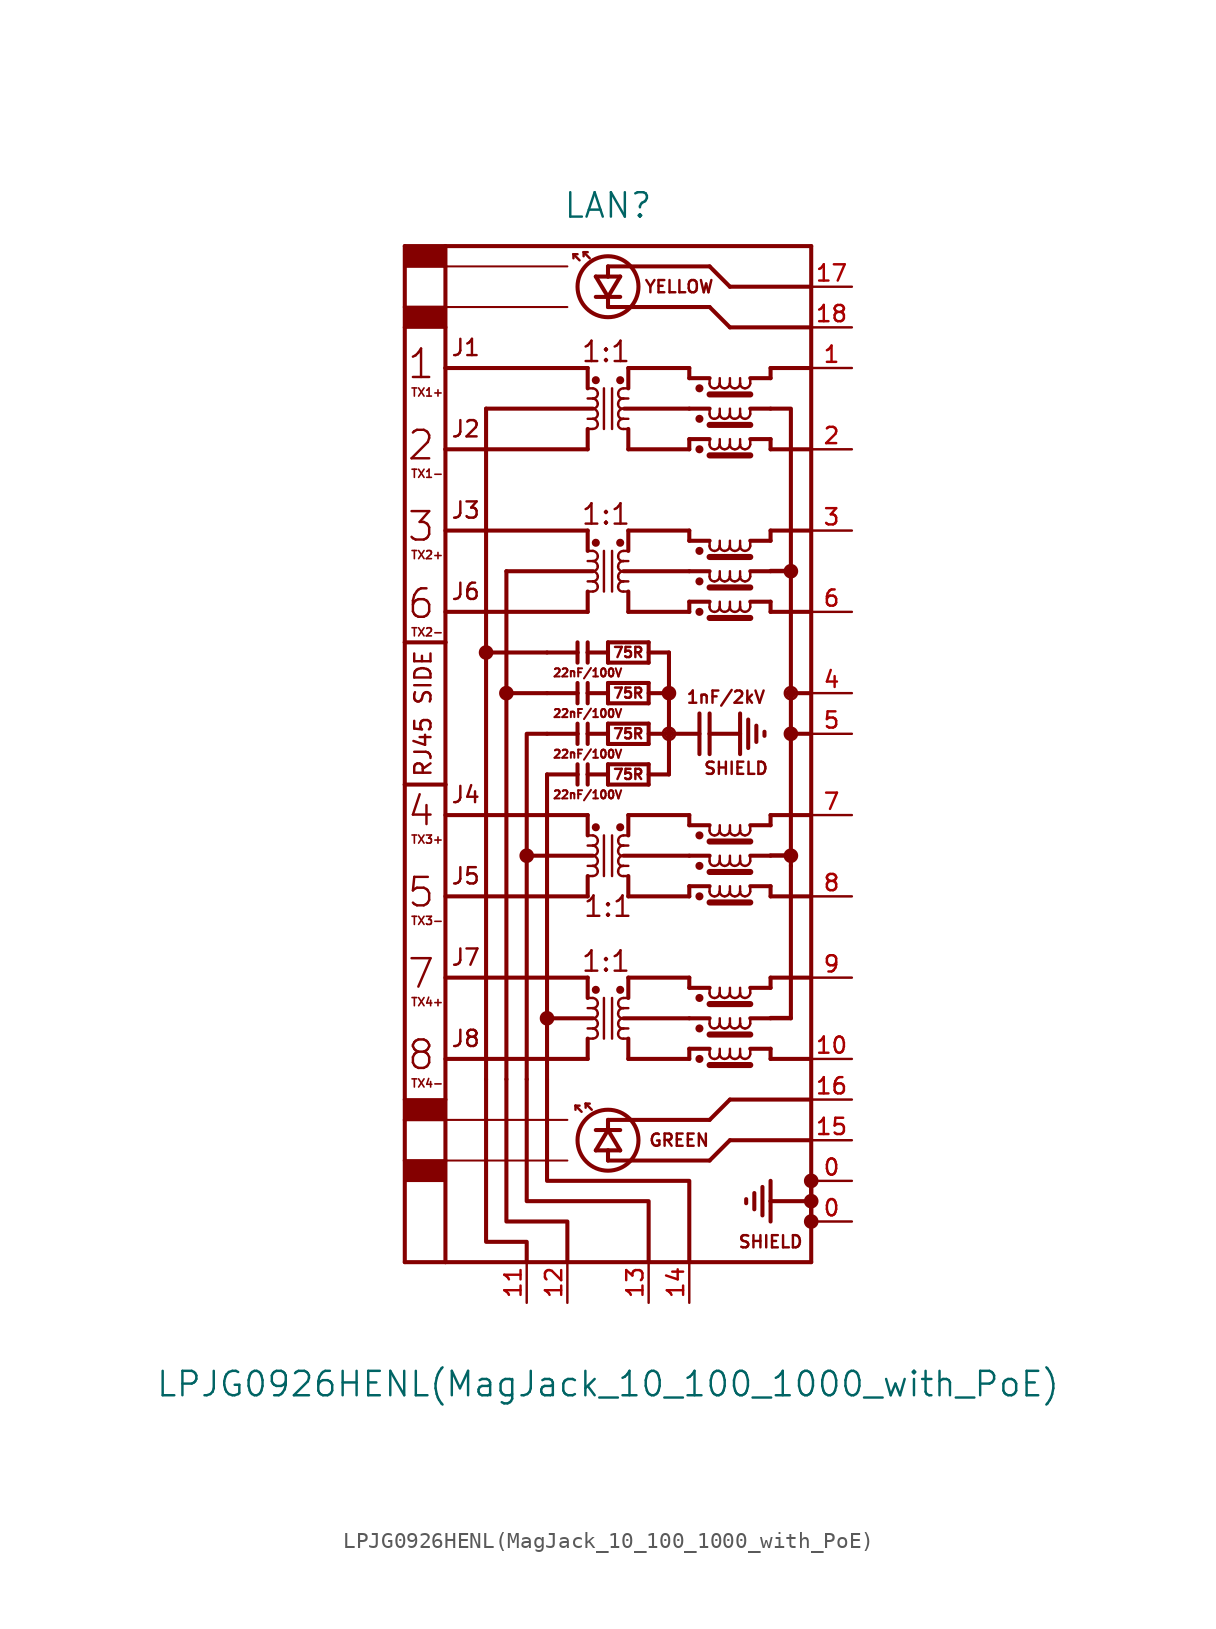
<source format=kicad_sym>
(kicad_symbol_lib
  (version 20211014)
  (generator kicad_symbol_editor)
  (symbol "LPJG0926HENL(MagJack_10_100_1000_with_PoE)"
    (pin_names hide)
    (property "Reference" "LAN"
      (at 0 35.56 0)
      (effects (font (size 1.524 1.524))))
    (property "Value" "LPJG0926HENL(MagJack_10_100_1000_with_PoE)"
      (at 0 -38.1 0)
      (effects (font (size 1.524 1.524))))
    (symbol "LPJG0926HENL(MagJack_10_100_1000_with_PoE)_0_1"
      (rectangle (start -12.7 -25.4) (end -10.16 -24.13) (stroke (width 0) (type default) (color 0 0 0 0)) (fill (type outline)))
      (rectangle (start -12.7 -21.59) (end -10.16 -20.32) (stroke (width 0) (type default) (color 0 0 0 0)) (fill (type outline)))
      (rectangle (start -12.7 27.94) (end -10.16 29.21) (stroke (width 0) (type default) (color 0 0 0 0)) (fill (type outline)))
      (rectangle (start -12.7 31.75) (end -10.16 33.02) (stroke (width 0) (type default) (color 0 0 0 0)) (fill (type outline)))
      (circle (center -7.62 7.62) (radius 0.381) (stroke (width 0) (type default) (color 0 0 0 0)) (fill (type outline)))
      (circle (center -6.35 5.08) (radius 0.381) (stroke (width 0) (type default) (color 0 0 0 0)) (fill (type outline)))
      (circle (center -5.08 -5.08) (radius 0.381) (stroke (width 0) (type default) (color 0 0 0 0)) (fill (type outline)))
      (circle (center -3.81 -15.24) (radius 0.381) (stroke (width 0) (type default) (color 0 0 0 0)) (fill (type outline)))
      (arc (start -0.9398 -16.51) (mid -0.7243 -16.4207) (end -0.635 -16.2052) (stroke (width 0) (type default) (color 0 0 0 0)) (fill (type none)))
      (arc (start -0.9398 -15.875) (mid -0.7243 -15.7857) (end -0.635 -15.5702) (stroke (width 0) (type default) (color 0 0 0 0)) (fill (type none)))
      (arc (start -0.9398 -15.24) (mid -0.7243 -15.1507) (end -0.635 -14.9352) (stroke (width 0) (type default) (color 0 0 0 0)) (fill (type none)))
      (arc (start -0.9398 -14.605) (mid -0.7243 -14.5157) (end -0.635 -14.3002) (stroke (width 0) (type default) (color 0 0 0 0)) (fill (type none)))
      (arc (start -0.9398 -6.35) (mid -0.7243 -6.2607) (end -0.635 -6.0452) (stroke (width 0) (type default) (color 0 0 0 0)) (fill (type none)))
      (arc (start -0.9398 -5.715) (mid -0.7243 -5.6257) (end -0.635 -5.4102) (stroke (width 0) (type default) (color 0 0 0 0)) (fill (type none)))
      (arc (start -0.9398 -5.08) (mid -0.7243 -4.9907) (end -0.635 -4.7752) (stroke (width 0) (type default) (color 0 0 0 0)) (fill (type none)))
      (arc (start -0.9398 -4.445) (mid -0.7243 -4.3557) (end -0.635 -4.1402) (stroke (width 0) (type default) (color 0 0 0 0)) (fill (type none)))
      (arc (start -0.9398 11.43) (mid -0.7243 11.5193) (end -0.635 11.7348) (stroke (width 0) (type default) (color 0 0 0 0)) (fill (type none)))
      (arc (start -0.9398 12.065) (mid -0.7243 12.1543) (end -0.635 12.3698) (stroke (width 0) (type default) (color 0 0 0 0)) (fill (type none)))
      (arc (start -0.9398 12.7) (mid -0.7243 12.7893) (end -0.635 13.0048) (stroke (width 0) (type default) (color 0 0 0 0)) (fill (type none)))
      (arc (start -0.9398 13.335) (mid -0.7243 13.4243) (end -0.635 13.6398) (stroke (width 0) (type default) (color 0 0 0 0)) (fill (type none)))
      (arc (start -0.9398 21.59) (mid -0.7243 21.6793) (end -0.635 21.8948) (stroke (width 0) (type default) (color 0 0 0 0)) (fill (type none)))
      (arc (start -0.9398 22.225) (mid -0.7243 22.3143) (end -0.635 22.5298) (stroke (width 0) (type default) (color 0 0 0 0)) (fill (type none)))
      (arc (start -0.9398 22.86) (mid -0.7243 22.9493) (end -0.635 23.1648) (stroke (width 0) (type default) (color 0 0 0 0)) (fill (type none)))
      (arc (start -0.9398 23.495) (mid -0.7243 23.5843) (end -0.635 23.7998) (stroke (width 0) (type default) (color 0 0 0 0)) (fill (type none)))
      (circle (center -0.762 -13.462) (radius 0.127) (stroke (width 0.254) (type default) (color 0 0 0 0)) (fill (type outline)))
      (circle (center -0.762 -3.302) (radius 0.127) (stroke (width 0.254) (type default) (color 0 0 0 0)) (fill (type outline)))
      (circle (center -0.762 14.478) (radius 0.127) (stroke (width 0.254) (type default) (color 0 0 0 0)) (fill (type outline)))
      (circle (center -0.762 24.638) (radius 0.127) (stroke (width 0.254) (type default) (color 0 0 0 0)) (fill (type outline)))
      (arc (start -0.635 -16.2052) (mid -0.7282 -15.9854) (end -0.9398 -15.875) (stroke (width 0) (type default) (color 0 0 0 0)) (fill (type none)))
      (arc (start -0.635 -15.5702) (mid -0.7282 -15.3504) (end -0.9398 -15.24) (stroke (width 0) (type default) (color 0 0 0 0)) (fill (type none)))
      (arc (start -0.635 -14.9352) (mid -0.7282 -14.7154) (end -0.9398 -14.605) (stroke (width 0) (type default) (color 0 0 0 0)) (fill (type none)))
      (arc (start -0.635 -14.3002) (mid -0.7282 -14.0804) (end -0.9398 -13.97) (stroke (width 0) (type default) (color 0 0 0 0)) (fill (type none)))
      (arc (start -0.635 -6.0452) (mid -0.7282 -5.8254) (end -0.9398 -5.715) (stroke (width 0) (type default) (color 0 0 0 0)) (fill (type none)))
      (arc (start -0.635 -5.4102) (mid -0.7282 -5.1904) (end -0.9398 -5.08) (stroke (width 0) (type default) (color 0 0 0 0)) (fill (type none)))
      (arc (start -0.635 -4.7752) (mid -0.7282 -4.5554) (end -0.9398 -4.445) (stroke (width 0) (type default) (color 0 0 0 0)) (fill (type none)))
      (arc (start -0.635 -4.1402) (mid -0.7282 -3.9204) (end -0.9398 -3.81) (stroke (width 0) (type default) (color 0 0 0 0)) (fill (type none)))
      (arc (start -0.635 11.7348) (mid -0.7282 11.9546) (end -0.9398 12.065) (stroke (width 0) (type default) (color 0 0 0 0)) (fill (type none)))
      (arc (start -0.635 12.3698) (mid -0.7282 12.5896) (end -0.9398 12.7) (stroke (width 0) (type default) (color 0 0 0 0)) (fill (type none)))
      (arc (start -0.635 13.0048) (mid -0.7282 13.2246) (end -0.9398 13.335) (stroke (width 0) (type default) (color 0 0 0 0)) (fill (type none)))
      (arc (start -0.635 13.6398) (mid -0.7282 13.8596) (end -0.9398 13.97) (stroke (width 0) (type default) (color 0 0 0 0)) (fill (type none)))
      (arc (start -0.635 21.8948) (mid -0.7282 22.1146) (end -0.9398 22.225) (stroke (width 0) (type default) (color 0 0 0 0)) (fill (type none)))
      (arc (start -0.635 22.5298) (mid -0.7282 22.7496) (end -0.9398 22.86) (stroke (width 0) (type default) (color 0 0 0 0)) (fill (type none)))
      (arc (start -0.635 23.1648) (mid -0.7282 23.3846) (end -0.9398 23.495) (stroke (width 0) (type default) (color 0 0 0 0)) (fill (type none)))
      (arc (start -0.635 23.7998) (mid -0.7282 24.0196) (end -0.9398 24.13) (stroke (width 0) (type default) (color 0 0 0 0)) (fill (type none)))
      (circle (center 0 -22.86) (radius 1.905) (stroke (width 0.254) (type default) (color 0 0 0 0)) (fill (type none)))
      (polyline (pts (xy -12.7 -30.48) (xy -10.16 -30.48)) (stroke (width 0.254) (type default) (color 0 0 0 0)) (fill (type none)))
      (polyline (pts (xy -12.7 -24.13) (xy -12.7 -30.48)) (stroke (width 0.254) (type default) (color 0 0 0 0)) (fill (type none)))
      (polyline (pts (xy -12.7 -21.59) (xy -12.7 -24.13)) (stroke (width 0.254) (type default) (color 0 0 0 0)) (fill (type none)))
      (polyline (pts (xy -12.7 -20.32) (xy -12.7 -21.59)) (stroke (width 0.254) (type default) (color 0 0 0 0)) (fill (type none)))
      (polyline (pts (xy -12.7 -20.32) (xy -10.16 -20.32)) (stroke (width 0) (type default) (color 0 0 0 0)) (fill (type none)))
      (polyline (pts (xy -12.7 -0.635) (xy -12.7 -20.32)) (stroke (width 0.254) (type default) (color 0 0 0 0)) (fill (type none)))
      (polyline (pts (xy -12.7 -0.635) (xy -10.16 -0.635)) (stroke (width 0.254) (type default) (color 0 0 0 0)) (fill (type none)))
      (polyline (pts (xy -12.7 8.255) (xy -12.7 -0.635)) (stroke (width 0.254) (type default) (color 0 0 0 0)) (fill (type none)))
      (polyline (pts (xy -12.7 8.255) (xy -10.16 8.255)) (stroke (width 0.254) (type default) (color 0 0 0 0)) (fill (type none)))
      (polyline (pts (xy -12.7 27.94) (xy -12.7 8.255)) (stroke (width 0.254) (type default) (color 0 0 0 0)) (fill (type none)))
      (polyline (pts (xy -12.7 29.21) (xy -12.7 27.94)) (stroke (width 0.254) (type default) (color 0 0 0 0)) (fill (type none)))
      (polyline (pts (xy -12.7 33.02) (xy -12.7 29.21)) (stroke (width 0.254) (type default) (color 0 0 0 0)) (fill (type none)))
      (polyline (pts (xy -10.16 -30.48) (xy -10.16 -24.13)) (stroke (width 0.254) (type default) (color 0 0 0 0)) (fill (type none)))
      (polyline (pts (xy -10.16 -24.13) (xy -12.7 -24.13)) (stroke (width 0) (type default) (color 0 0 0 0)) (fill (type none)))
      (polyline (pts (xy -10.16 -24.13) (xy -10.16 -21.59)) (stroke (width 0.254) (type default) (color 0 0 0 0)) (fill (type none)))
      (polyline (pts (xy -10.16 -24.13) (xy -2.54 -24.13)) (stroke (width 0.127) (type default) (color 0 0 0 0)) (fill (type none)))
      (polyline (pts (xy -10.16 -21.59) (xy -12.7 -21.59)) (stroke (width 0) (type default) (color 0 0 0 0)) (fill (type none)))
      (polyline (pts (xy -10.16 -21.59) (xy -10.16 -20.32)) (stroke (width 0.254) (type default) (color 0 0 0 0)) (fill (type none)))
      (polyline (pts (xy -10.16 -21.59) (xy -2.54 -21.59)) (stroke (width 0.127) (type default) (color 0 0 0 0)) (fill (type none)))
      (polyline (pts (xy -10.16 -20.32) (xy -10.16 -0.635)) (stroke (width 0.254) (type default) (color 0 0 0 0)) (fill (type none)))
      (polyline (pts (xy -10.16 -17.78) (xy -1.27 -17.78)) (stroke (width 0.254) (type default) (color 0 0 0 0)) (fill (type none)))
      (polyline (pts (xy -10.16 -12.7) (xy -1.27 -12.7)) (stroke (width 0.254) (type default) (color 0 0 0 0)) (fill (type none)))
      (polyline (pts (xy -10.16 -7.62) (xy -1.27 -7.62)) (stroke (width 0.254) (type default) (color 0 0 0 0)) (fill (type none)))
      (polyline (pts (xy -10.16 -2.54) (xy -1.27 -2.54)) (stroke (width 0.254) (type default) (color 0 0 0 0)) (fill (type none)))
      (polyline (pts (xy -10.16 -0.635) (xy -10.16 8.255)) (stroke (width 0.254) (type default) (color 0 0 0 0)) (fill (type none)))
      (polyline (pts (xy -10.16 8.255) (xy -10.16 20.32)) (stroke (width 0.254) (type default) (color 0 0 0 0)) (fill (type none)))
      (polyline (pts (xy -10.16 10.16) (xy -1.27 10.16)) (stroke (width 0.254) (type default) (color 0 0 0 0)) (fill (type none)))
      (polyline (pts (xy -10.16 15.24) (xy -1.27 15.24)) (stroke (width 0.254) (type default) (color 0 0 0 0)) (fill (type none)))
      (polyline (pts (xy -10.16 20.32) (xy -10.16 25.4)) (stroke (width 0.254) (type default) (color 0 0 0 0)) (fill (type none)))
      (polyline (pts (xy -10.16 20.32) (xy -1.27 20.32)) (stroke (width 0.254) (type default) (color 0 0 0 0)) (fill (type none)))
      (polyline (pts (xy -10.16 25.4) (xy -10.16 27.94)) (stroke (width 0.254) (type default) (color 0 0 0 0)) (fill (type none)))
      (polyline (pts (xy -10.16 25.4) (xy -1.27 25.4)) (stroke (width 0.254) (type default) (color 0 0 0 0)) (fill (type none)))
      (polyline (pts (xy -10.16 27.94) (xy -12.7 27.94)) (stroke (width 0) (type default) (color 0 0 0 0)) (fill (type none)))
      (polyline (pts (xy -10.16 27.94) (xy -10.16 29.21)) (stroke (width 0.254) (type default) (color 0 0 0 0)) (fill (type none)))
      (polyline (pts (xy -10.16 29.21) (xy -12.7 29.21)) (stroke (width 0) (type default) (color 0 0 0 0)) (fill (type none)))
      (polyline (pts (xy -10.16 29.21) (xy -10.16 31.75)) (stroke (width 0.254) (type default) (color 0 0 0 0)) (fill (type none)))
      (polyline (pts (xy -10.16 29.21) (xy -2.54 29.21)) (stroke (width 0.127) (type default) (color 0 0 0 0)) (fill (type none)))
      (polyline (pts (xy -10.16 31.75) (xy -12.7 31.75)) (stroke (width 0) (type default) (color 0 0 0 0)) (fill (type none)))
      (polyline (pts (xy -10.16 31.75) (xy -10.16 33.02)) (stroke (width 0.254) (type default) (color 0 0 0 0)) (fill (type none)))
      (polyline (pts (xy -10.16 31.75) (xy -2.54 31.75)) (stroke (width 0.127) (type default) (color 0 0 0 0)) (fill (type none)))
      (polyline (pts (xy -10.16 33.02) (xy -12.7 33.02)) (stroke (width 0.254) (type default) (color 0 0 0 0)) (fill (type none)))
      (polyline (pts (xy -10.16 33.02) (xy 12.7 33.02)) (stroke (width 0.254) (type default) (color 0 0 0 0)) (fill (type none)))
      (polyline (pts (xy -7.62 22.86) (xy -7.62 -19.05)) (stroke (width 0.254) (type default) (color 0 0 0 0)) (fill (type none)))
      (polyline (pts (xy -6.35 12.7) (xy -6.35 -19.05)) (stroke (width 0.254) (type default) (color 0 0 0 0)) (fill (type none)))
      (polyline (pts (xy -5.08 -5.08) (xy -5.08 -19.05)) (stroke (width 0.254) (type default) (color 0 0 0 0)) (fill (type none)))
      (polyline (pts (xy -3.81 -15.24) (xy -3.81 -19.05)) (stroke (width 0.254) (type default) (color 0 0 0 0)) (fill (type none)))
      (polyline (pts (xy -3.81 -15.24) (xy -3.81 0)) (stroke (width 0.254) (type default) (color 0 0 0 0)) (fill (type none)))
      (polyline (pts (xy -3.81 5.08) (xy -6.35 5.08)) (stroke (width 0.254) (type default) (color 0 0 0 0)) (fill (type none)))
      (polyline (pts (xy -3.81 7.62) (xy -7.62 7.62)) (stroke (width 0.254) (type default) (color 0 0 0 0)) (fill (type none)))
      (polyline (pts (xy -2.159 32.512) (xy -2.159 32.258)) (stroke (width 0) (type default) (color 0 0 0 0)) (fill (type none)))
      (polyline (pts (xy -2.032 -20.701) (xy -2.032 -20.955)) (stroke (width 0) (type default) (color 0 0 0 0)) (fill (type none)))
      (polyline (pts (xy -1.905 -0.635) (xy -1.905 0)) (stroke (width 0.254) (type default) (color 0 0 0 0)) (fill (type none)))
      (polyline (pts (xy -1.905 0) (xy -3.81 0)) (stroke (width 0.254) (type default) (color 0 0 0 0)) (fill (type none)))
      (polyline (pts (xy -1.905 0) (xy -1.905 0.635)) (stroke (width 0.254) (type default) (color 0 0 0 0)) (fill (type none)))
      (polyline (pts (xy -1.905 1.905) (xy -1.905 2.54)) (stroke (width 0.254) (type default) (color 0 0 0 0)) (fill (type none)))
      (polyline (pts (xy -1.905 2.54) (xy -3.81 2.54)) (stroke (width 0.254) (type default) (color 0 0 0 0)) (fill (type none)))
      (polyline (pts (xy -1.905 2.54) (xy -1.905 3.175)) (stroke (width 0.254) (type default) (color 0 0 0 0)) (fill (type none)))
      (polyline (pts (xy -1.905 4.445) (xy -1.905 5.08)) (stroke (width 0.254) (type default) (color 0 0 0 0)) (fill (type none)))
      (polyline (pts (xy -1.905 5.08) (xy -3.81 5.08)) (stroke (width 0.254) (type default) (color 0 0 0 0)) (fill (type none)))
      (polyline (pts (xy -1.905 5.08) (xy -1.905 5.715)) (stroke (width 0.254) (type default) (color 0 0 0 0)) (fill (type none)))
      (polyline (pts (xy -1.905 6.985) (xy -1.905 7.62)) (stroke (width 0.254) (type default) (color 0 0 0 0)) (fill (type none)))
      (polyline (pts (xy -1.905 7.62) (xy -3.81 7.62)) (stroke (width 0.254) (type default) (color 0 0 0 0)) (fill (type none)))
      (polyline (pts (xy -1.905 7.62) (xy -1.905 8.255)) (stroke (width 0.254) (type default) (color 0 0 0 0)) (fill (type none)))
      (polyline (pts (xy -1.905 32.512) (xy -2.159 32.512)) (stroke (width 0) (type default) (color 0 0 0 0)) (fill (type none)))
      (polyline (pts (xy -1.778 -20.701) (xy -2.032 -20.701)) (stroke (width 0) (type default) (color 0 0 0 0)) (fill (type none)))
      (polyline (pts (xy -1.778 32.131) (xy -2.159 32.512)) (stroke (width 0) (type default) (color 0 0 0 0)) (fill (type none)))
      (polyline (pts (xy -1.651 -21.082) (xy -2.032 -20.701)) (stroke (width 0) (type default) (color 0 0 0 0)) (fill (type none)))
      (polyline (pts (xy -1.524 32.639) (xy -1.524 32.385)) (stroke (width 0) (type default) (color 0 0 0 0)) (fill (type none)))
      (polyline (pts (xy -1.524 32.639) (xy -1.27 32.639)) (stroke (width 0) (type default) (color 0 0 0 0)) (fill (type none)))
      (polyline (pts (xy -1.397 -20.574) (xy -1.397 -20.828)) (stroke (width 0) (type default) (color 0 0 0 0)) (fill (type none)))
      (polyline (pts (xy -1.397 -20.574) (xy -1.143 -20.574)) (stroke (width 0) (type default) (color 0 0 0 0)) (fill (type none)))
      (polyline (pts (xy -1.27 -17.78) (xy -1.27 -16.51)) (stroke (width 0.254) (type default) (color 0 0 0 0)) (fill (type none)))
      (polyline (pts (xy -1.27 -15.875) (xy -0.94 -15.875)) (stroke (width 0) (type default) (color 0 0 0 0)) (fill (type none)))
      (polyline (pts (xy -1.27 -14.605) (xy -0.94 -14.605)) (stroke (width 0) (type default) (color 0 0 0 0)) (fill (type none)))
      (polyline (pts (xy -1.27 -13.97) (xy -0.94 -13.97)) (stroke (width 0) (type default) (color 0 0 0 0)) (fill (type none)))
      (polyline (pts (xy -1.27 -12.7) (xy -1.27 -13.97)) (stroke (width 0.254) (type default) (color 0 0 0 0)) (fill (type none)))
      (polyline (pts (xy -1.27 -7.62) (xy -1.27 -6.35)) (stroke (width 0.254) (type default) (color 0 0 0 0)) (fill (type none)))
      (polyline (pts (xy -1.27 -5.715) (xy -0.94 -5.715)) (stroke (width 0) (type default) (color 0 0 0 0)) (fill (type none)))
      (polyline (pts (xy -1.27 -4.445) (xy -0.94 -4.445)) (stroke (width 0) (type default) (color 0 0 0 0)) (fill (type none)))
      (polyline (pts (xy -1.27 -3.81) (xy -0.94 -3.81)) (stroke (width 0) (type default) (color 0 0 0 0)) (fill (type none)))
      (polyline (pts (xy -1.27 -2.54) (xy -1.27 -3.81)) (stroke (width 0.254) (type default) (color 0 0 0 0)) (fill (type none)))
      (polyline (pts (xy -1.27 -0.635) (xy -1.27 0)) (stroke (width 0.254) (type default) (color 0 0 0 0)) (fill (type none)))
      (polyline (pts (xy -1.27 0) (xy -1.27 0.635)) (stroke (width 0.254) (type default) (color 0 0 0 0)) (fill (type none)))
      (polyline (pts (xy -1.27 1.905) (xy -1.27 2.54)) (stroke (width 0.254) (type default) (color 0 0 0 0)) (fill (type none)))
      (polyline (pts (xy -1.27 2.54) (xy -1.27 3.175)) (stroke (width 0.254) (type default) (color 0 0 0 0)) (fill (type none)))
      (polyline (pts (xy -1.27 4.445) (xy -1.27 5.08)) (stroke (width 0.254) (type default) (color 0 0 0 0)) (fill (type none)))
      (polyline (pts (xy -1.27 5.08) (xy -1.27 5.715)) (stroke (width 0.254) (type default) (color 0 0 0 0)) (fill (type none)))
      (polyline (pts (xy -1.27 6.985) (xy -1.27 7.62)) (stroke (width 0.254) (type default) (color 0 0 0 0)) (fill (type none)))
      (polyline (pts (xy -1.27 7.62) (xy -1.27 8.255)) (stroke (width 0.254) (type default) (color 0 0 0 0)) (fill (type none)))
      (polyline (pts (xy -1.27 10.16) (xy -1.27 11.43)) (stroke (width 0.254) (type default) (color 0 0 0 0)) (fill (type none)))
      (polyline (pts (xy -1.27 12.065) (xy -0.94 12.065)) (stroke (width 0) (type default) (color 0 0 0 0)) (fill (type none)))
      (polyline (pts (xy -1.27 13.335) (xy -0.94 13.335)) (stroke (width 0) (type default) (color 0 0 0 0)) (fill (type none)))
      (polyline (pts (xy -1.27 13.97) (xy -0.94 13.97)) (stroke (width 0) (type default) (color 0 0 0 0)) (fill (type none)))
      (polyline (pts (xy -1.27 15.24) (xy -1.27 13.97)) (stroke (width 0.254) (type default) (color 0 0 0 0)) (fill (type none)))
      (polyline (pts (xy -1.27 20.32) (xy -1.27 21.59)) (stroke (width 0.254) (type default) (color 0 0 0 0)) (fill (type none)))
      (polyline (pts (xy -1.27 22.225) (xy -0.94 22.225)) (stroke (width 0) (type default) (color 0 0 0 0)) (fill (type none)))
      (polyline (pts (xy -1.27 23.495) (xy -0.94 23.495)) (stroke (width 0) (type default) (color 0 0 0 0)) (fill (type none)))
      (polyline (pts (xy -1.27 24.13) (xy -0.94 24.13)) (stroke (width 0) (type default) (color 0 0 0 0)) (fill (type none)))
      (polyline (pts (xy -1.27 25.4) (xy -1.27 24.13)) (stroke (width 0.254) (type default) (color 0 0 0 0)) (fill (type none)))
      (polyline (pts (xy -1.143 32.258) (xy -1.524 32.639)) (stroke (width 0) (type default) (color 0 0 0 0)) (fill (type none)))
      (polyline (pts (xy -1.016 -20.955) (xy -1.397 -20.574)) (stroke (width 0) (type default) (color 0 0 0 0)) (fill (type none)))
      (polyline (pts (xy -0.94 -16.51) (xy -1.27 -16.51)) (stroke (width 0) (type default) (color 0 0 0 0)) (fill (type none)))
      (polyline (pts (xy -0.94 -15.24) (xy -3.81 -15.24)) (stroke (width 0.254) (type default) (color 0 0 0 0)) (fill (type none)))
      (polyline (pts (xy -0.94 -6.35) (xy -1.27 -6.35)) (stroke (width 0) (type default) (color 0 0 0 0)) (fill (type none)))
      (polyline (pts (xy -0.94 -5.08) (xy -5.08 -5.08)) (stroke (width 0.254) (type default) (color 0 0 0 0)) (fill (type none)))
      (polyline (pts (xy -0.94 11.43) (xy -1.27 11.43)) (stroke (width 0) (type default) (color 0 0 0 0)) (fill (type none)))
      (polyline (pts (xy -0.94 12.7) (xy -6.35 12.7)) (stroke (width 0.254) (type default) (color 0 0 0 0)) (fill (type none)))
      (polyline (pts (xy -0.94 21.59) (xy -1.27 21.59)) (stroke (width 0) (type default) (color 0 0 0 0)) (fill (type none)))
      (polyline (pts (xy -0.94 22.86) (xy -7.62 22.86)) (stroke (width 0.254) (type default) (color 0 0 0 0)) (fill (type none)))
      (polyline (pts (xy -0.762 -23.495) (xy 0 -23.495)) (stroke (width 0.254) (type default) (color 0 0 0 0)) (fill (type none)))
      (polyline (pts (xy -0.762 -23.495) (xy 0 -22.225)) (stroke (width 0.254) (type default) (color 0 0 0 0)) (fill (type none)))
      (polyline (pts (xy -0.762 -22.225) (xy 0 -22.225)) (stroke (width 0.254) (type default) (color 0 0 0 0)) (fill (type none)))
      (polyline (pts (xy -0.254 -13.97) (xy -0.254 -16.51)) (stroke (width 0) (type default) (color 0 0 0 0)) (fill (type none)))
      (polyline (pts (xy -0.254 -3.81) (xy -0.254 -6.35)) (stroke (width 0) (type default) (color 0 0 0 0)) (fill (type none)))
      (polyline (pts (xy -0.254 13.97) (xy -0.254 11.43)) (stroke (width 0) (type default) (color 0 0 0 0)) (fill (type none)))
      (polyline (pts (xy -0.254 24.13) (xy -0.254 21.59)) (stroke (width 0) (type default) (color 0 0 0 0)) (fill (type none)))
      (polyline (pts (xy 0 -24.13) (xy 6.35 -24.13)) (stroke (width 0.254) (type default) (color 0 0 0 0)) (fill (type none)))
      (polyline (pts (xy 0 -23.495) (xy 0 -24.13)) (stroke (width 0.254) (type default) (color 0 0 0 0)) (fill (type none)))
      (polyline (pts (xy 0 -23.495) (xy 0.762 -23.495)) (stroke (width 0.254) (type default) (color 0 0 0 0)) (fill (type none)))
      (polyline (pts (xy 0 -22.225) (xy 0 -21.59)) (stroke (width 0.254) (type default) (color 0 0 0 0)) (fill (type none)))
      (polyline (pts (xy 0 -22.225) (xy 0.762 -23.495)) (stroke (width 0.254) (type default) (color 0 0 0 0)) (fill (type none)))
      (polyline (pts (xy 0 -22.225) (xy 0.762 -22.225)) (stroke (width 0.254) (type default) (color 0 0 0 0)) (fill (type none)))
      (polyline (pts (xy 0 -21.59) (xy 6.35 -21.59)) (stroke (width 0.254) (type default) (color 0 0 0 0)) (fill (type none)))
      (polyline (pts (xy 0 -0.635) (xy 0 0)) (stroke (width 0.254) (type default) (color 0 0 0 0)) (fill (type none)))
      (polyline (pts (xy 0 0) (xy -1.27 0)) (stroke (width 0.254) (type default) (color 0 0 0 0)) (fill (type none)))
      (polyline (pts (xy 0 0) (xy 0 0.635)) (stroke (width 0.254) (type default) (color 0 0 0 0)) (fill (type none)))
      (polyline (pts (xy 0 0.635) (xy 2.54 0.635)) (stroke (width 0.254) (type default) (color 0 0 0 0)) (fill (type none)))
      (polyline (pts (xy 0 1.905) (xy 0 2.54)) (stroke (width 0.254) (type default) (color 0 0 0 0)) (fill (type none)))
      (polyline (pts (xy 0 2.54) (xy -1.27 2.54)) (stroke (width 0.254) (type default) (color 0 0 0 0)) (fill (type none)))
      (polyline (pts (xy 0 2.54) (xy 0 3.175)) (stroke (width 0.254) (type default) (color 0 0 0 0)) (fill (type none)))
      (polyline (pts (xy 0 3.175) (xy 2.54 3.175)) (stroke (width 0.254) (type default) (color 0 0 0 0)) (fill (type none)))
      (polyline (pts (xy 0 4.445) (xy 0 5.08)) (stroke (width 0.254) (type default) (color 0 0 0 0)) (fill (type none)))
      (polyline (pts (xy 0 5.08) (xy -1.27 5.08)) (stroke (width 0.254) (type default) (color 0 0 0 0)) (fill (type none)))
      (polyline (pts (xy 0 5.08) (xy 0 5.715)) (stroke (width 0.254) (type default) (color 0 0 0 0)) (fill (type none)))
      (polyline (pts (xy 0 5.715) (xy 2.54 5.715)) (stroke (width 0.254) (type default) (color 0 0 0 0)) (fill (type none)))
      (polyline (pts (xy 0 6.985) (xy 0 7.62)) (stroke (width 0.254) (type default) (color 0 0 0 0)) (fill (type none)))
      (polyline (pts (xy 0 7.62) (xy -1.27 7.62)) (stroke (width 0.254) (type default) (color 0 0 0 0)) (fill (type none)))
      (polyline (pts (xy 0 7.62) (xy 0 8.255)) (stroke (width 0.254) (type default) (color 0 0 0 0)) (fill (type none)))
      (polyline (pts (xy 0 8.255) (xy 2.54 8.255)) (stroke (width 0.254) (type default) (color 0 0 0 0)) (fill (type none)))
      (polyline (pts (xy 0 29.21) (xy 6.35 29.21)) (stroke (width 0.254) (type default) (color 0 0 0 0)) (fill (type none)))
      (polyline (pts (xy 0 29.845) (xy -0.762 29.845)) (stroke (width 0.254) (type default) (color 0 0 0 0)) (fill (type none)))
      (polyline (pts (xy 0 29.845) (xy -0.762 31.115)) (stroke (width 0.254) (type default) (color 0 0 0 0)) (fill (type none)))
      (polyline (pts (xy 0 29.845) (xy 0 29.21)) (stroke (width 0.254) (type default) (color 0 0 0 0)) (fill (type none)))
      (polyline (pts (xy 0 31.115) (xy -0.762 31.115)) (stroke (width 0.254) (type default) (color 0 0 0 0)) (fill (type none)))
      (polyline (pts (xy 0 31.115) (xy 0 31.75)) (stroke (width 0.254) (type default) (color 0 0 0 0)) (fill (type none)))
      (polyline (pts (xy 0 31.75) (xy 6.35 31.75)) (stroke (width 0.254) (type default) (color 0 0 0 0)) (fill (type none)))
      (polyline (pts (xy 0.254 -13.97) (xy 0.254 -16.51)) (stroke (width 0) (type default) (color 0 0 0 0)) (fill (type none)))
      (polyline (pts (xy 0.254 -3.81) (xy 0.254 -6.35)) (stroke (width 0) (type default) (color 0 0 0 0)) (fill (type none)))
      (polyline (pts (xy 0.254 13.97) (xy 0.254 11.43)) (stroke (width 0) (type default) (color 0 0 0 0)) (fill (type none)))
      (polyline (pts (xy 0.254 24.13) (xy 0.254 21.59)) (stroke (width 0) (type default) (color 0 0 0 0)) (fill (type none)))
      (polyline (pts (xy 0.762 29.845) (xy 0 29.845)) (stroke (width 0.254) (type default) (color 0 0 0 0)) (fill (type none)))
      (polyline (pts (xy 0.762 31.115) (xy 0 29.845)) (stroke (width 0.254) (type default) (color 0 0 0 0)) (fill (type none)))
      (polyline (pts (xy 0.762 31.115) (xy 0 31.115)) (stroke (width 0.254) (type default) (color 0 0 0 0)) (fill (type none)))
      (polyline (pts (xy 0.965 -16.51) (xy 1.27 -16.51)) (stroke (width 0) (type default) (color 0 0 0 0)) (fill (type none)))
      (polyline (pts (xy 0.965 -15.24) (xy 5.08 -15.24)) (stroke (width 0.254) (type default) (color 0 0 0 0)) (fill (type none)))
      (polyline (pts (xy 0.965 -6.35) (xy 1.27 -6.35)) (stroke (width 0) (type default) (color 0 0 0 0)) (fill (type none)))
      (polyline (pts (xy 0.965 -5.08) (xy 5.08 -5.08)) (stroke (width 0.254) (type default) (color 0 0 0 0)) (fill (type none)))
      (polyline (pts (xy 0.965 11.43) (xy 1.27 11.43)) (stroke (width 0) (type default) (color 0 0 0 0)) (fill (type none)))
      (polyline (pts (xy 0.965 12.7) (xy 5.08 12.7)) (stroke (width 0.254) (type default) (color 0 0 0 0)) (fill (type none)))
      (polyline (pts (xy 0.965 21.59) (xy 1.27 21.59)) (stroke (width 0) (type default) (color 0 0 0 0)) (fill (type none)))
      (polyline (pts (xy 1.016 22.86) (xy 5.08 22.86)) (stroke (width 0.254) (type default) (color 0 0 0 0)) (fill (type none)))
      (polyline (pts (xy 1.27 -17.78) (xy 1.27 -16.51)) (stroke (width 0.254) (type default) (color 0 0 0 0)) (fill (type none)))
      (polyline (pts (xy 1.27 -15.875) (xy 0.965 -15.875)) (stroke (width 0) (type default) (color 0 0 0 0)) (fill (type none)))
      (polyline (pts (xy 1.27 -14.605) (xy 0.965 -14.605)) (stroke (width 0) (type default) (color 0 0 0 0)) (fill (type none)))
      (polyline (pts (xy 1.27 -13.97) (xy 0.965 -13.97)) (stroke (width 0) (type default) (color 0 0 0 0)) (fill (type none)))
      (polyline (pts (xy 1.27 -12.7) (xy 1.27 -13.97)) (stroke (width 0.254) (type default) (color 0 0 0 0)) (fill (type none)))
      (polyline (pts (xy 1.27 -7.62) (xy 1.27 -6.35)) (stroke (width 0.254) (type default) (color 0 0 0 0)) (fill (type none)))
      (polyline (pts (xy 1.27 -5.715) (xy 0.965 -5.715)) (stroke (width 0) (type default) (color 0 0 0 0)) (fill (type none)))
      (polyline (pts (xy 1.27 -4.445) (xy 0.965 -4.445)) (stroke (width 0) (type default) (color 0 0 0 0)) (fill (type none)))
      (polyline (pts (xy 1.27 -3.81) (xy 0.965 -3.81)) (stroke (width 0) (type default) (color 0 0 0 0)) (fill (type none)))
      (polyline (pts (xy 1.27 -2.54) (xy 1.27 -3.81)) (stroke (width 0.254) (type default) (color 0 0 0 0)) (fill (type none)))
      (polyline (pts (xy 1.27 10.16) (xy 1.27 11.43)) (stroke (width 0.254) (type default) (color 0 0 0 0)) (fill (type none)))
      (polyline (pts (xy 1.27 12.065) (xy 0.965 12.065)) (stroke (width 0) (type default) (color 0 0 0 0)) (fill (type none)))
      (polyline (pts (xy 1.27 13.335) (xy 0.965 13.335)) (stroke (width 0) (type default) (color 0 0 0 0)) (fill (type none)))
      (polyline (pts (xy 1.27 13.97) (xy 0.965 13.97)) (stroke (width 0) (type default) (color 0 0 0 0)) (fill (type none)))
      (polyline (pts (xy 1.27 15.24) (xy 1.27 13.97)) (stroke (width 0.254) (type default) (color 0 0 0 0)) (fill (type none)))
      (polyline (pts (xy 1.27 20.32) (xy 1.27 21.59)) (stroke (width 0.254) (type default) (color 0 0 0 0)) (fill (type none)))
      (polyline (pts (xy 1.27 22.225) (xy 0.965 22.225)) (stroke (width 0) (type default) (color 0 0 0 0)) (fill (type none)))
      (polyline (pts (xy 1.27 23.495) (xy 0.965 23.495)) (stroke (width 0) (type default) (color 0 0 0 0)) (fill (type none)))
      (polyline (pts (xy 1.27 24.13) (xy 0.965 24.13)) (stroke (width 0) (type default) (color 0 0 0 0)) (fill (type none)))
      (polyline (pts (xy 1.27 25.4) (xy 1.27 24.13)) (stroke (width 0.254) (type default) (color 0 0 0 0)) (fill (type none)))
      (polyline (pts (xy 2.54 -0.635) (xy 0 -0.635)) (stroke (width 0.254) (type default) (color 0 0 0 0)) (fill (type none)))
      (polyline (pts (xy 2.54 0.635) (xy 2.54 -0.635)) (stroke (width 0.254) (type default) (color 0 0 0 0)) (fill (type none)))
      (polyline (pts (xy 2.54 1.905) (xy 0 1.905)) (stroke (width 0.254) (type default) (color 0 0 0 0)) (fill (type none)))
      (polyline (pts (xy 2.54 3.175) (xy 2.54 1.905)) (stroke (width 0.254) (type default) (color 0 0 0 0)) (fill (type none)))
      (polyline (pts (xy 2.54 4.445) (xy 0 4.445)) (stroke (width 0.254) (type default) (color 0 0 0 0)) (fill (type none)))
      (polyline (pts (xy 2.54 5.715) (xy 2.54 4.445)) (stroke (width 0.254) (type default) (color 0 0 0 0)) (fill (type none)))
      (polyline (pts (xy 2.54 6.985) (xy 0 6.985)) (stroke (width 0.254) (type default) (color 0 0 0 0)) (fill (type none)))
      (polyline (pts (xy 2.54 8.255) (xy 2.54 6.985)) (stroke (width 0.254) (type default) (color 0 0 0 0)) (fill (type none)))
      (polyline (pts (xy 3.81 0) (xy 2.54 0)) (stroke (width 0.254) (type default) (color 0 0 0 0)) (fill (type none)))
      (polyline (pts (xy 3.81 2.54) (xy 2.54 2.54)) (stroke (width 0.254) (type default) (color 0 0 0 0)) (fill (type none)))
      (polyline (pts (xy 3.81 2.54) (xy 5.715 2.54)) (stroke (width 0.254) (type default) (color 0 0 0 0)) (fill (type none)))
      (polyline (pts (xy 3.81 5.08) (xy 2.54 5.08)) (stroke (width 0.254) (type default) (color 0 0 0 0)) (fill (type none)))
      (polyline (pts (xy 3.81 7.62) (xy 2.54 7.62)) (stroke (width 0.254) (type default) (color 0 0 0 0)) (fill (type none)))
      (polyline (pts (xy 3.81 7.62) (xy 3.81 0)) (stroke (width 0.254) (type default) (color 0 0 0 0)) (fill (type none)))
      (polyline (pts (xy 5.08 -17.78) (xy 1.27 -17.78)) (stroke (width 0.254) (type default) (color 0 0 0 0)) (fill (type none)))
      (polyline (pts (xy 5.08 -17.145) (xy 5.08 -17.78)) (stroke (width 0.254) (type default) (color 0 0 0 0)) (fill (type none)))
      (polyline (pts (xy 5.08 -17.145) (xy 6.35 -17.145)) (stroke (width 0.254) (type default) (color 0 0 0 0)) (fill (type none)))
      (polyline (pts (xy 5.08 -15.24) (xy 6.35 -15.24)) (stroke (width 0.254) (type default) (color 0 0 0 0)) (fill (type none)))
      (polyline (pts (xy 5.08 -13.335) (xy 5.08 -12.7)) (stroke (width 0.254) (type default) (color 0 0 0 0)) (fill (type none)))
      (polyline (pts (xy 5.08 -13.335) (xy 6.35 -13.335)) (stroke (width 0.254) (type default) (color 0 0 0 0)) (fill (type none)))
      (polyline (pts (xy 5.08 -12.7) (xy 1.27 -12.7)) (stroke (width 0.254) (type default) (color 0 0 0 0)) (fill (type none)))
      (polyline (pts (xy 5.08 -7.62) (xy 1.27 -7.62)) (stroke (width 0.254) (type default) (color 0 0 0 0)) (fill (type none)))
      (polyline (pts (xy 5.08 -6.985) (xy 5.08 -7.62)) (stroke (width 0.254) (type default) (color 0 0 0 0)) (fill (type none)))
      (polyline (pts (xy 5.08 -6.985) (xy 6.35 -6.985)) (stroke (width 0.254) (type default) (color 0 0 0 0)) (fill (type none)))
      (polyline (pts (xy 5.08 -5.08) (xy 6.35 -5.08)) (stroke (width 0.254) (type default) (color 0 0 0 0)) (fill (type none)))
      (polyline (pts (xy 5.08 -3.175) (xy 5.08 -2.54)) (stroke (width 0.254) (type default) (color 0 0 0 0)) (fill (type none)))
      (polyline (pts (xy 5.08 -3.175) (xy 6.35 -3.175)) (stroke (width 0.254) (type default) (color 0 0 0 0)) (fill (type none)))
      (polyline (pts (xy 5.08 -2.54) (xy 1.27 -2.54)) (stroke (width 0.254) (type default) (color 0 0 0 0)) (fill (type none)))
      (polyline (pts (xy 5.08 10.16) (xy 1.27 10.16)) (stroke (width 0.254) (type default) (color 0 0 0 0)) (fill (type none)))
      (polyline (pts (xy 5.08 10.795) (xy 5.08 10.16)) (stroke (width 0.254) (type default) (color 0 0 0 0)) (fill (type none)))
      (polyline (pts (xy 5.08 10.795) (xy 6.35 10.795)) (stroke (width 0.254) (type default) (color 0 0 0 0)) (fill (type none)))
      (polyline (pts (xy 5.08 12.7) (xy 6.35 12.7)) (stroke (width 0.254) (type default) (color 0 0 0 0)) (fill (type none)))
      (polyline (pts (xy 5.08 14.605) (xy 5.08 15.24)) (stroke (width 0.254) (type default) (color 0 0 0 0)) (fill (type none)))
      (polyline (pts (xy 5.08 14.605) (xy 6.35 14.605)) (stroke (width 0.254) (type default) (color 0 0 0 0)) (fill (type none)))
      (polyline (pts (xy 5.08 15.24) (xy 1.27 15.24)) (stroke (width 0.254) (type default) (color 0 0 0 0)) (fill (type none)))
      (polyline (pts (xy 5.08 20.32) (xy 1.27 20.32)) (stroke (width 0.254) (type default) (color 0 0 0 0)) (fill (type none)))
      (polyline (pts (xy 5.08 20.955) (xy 5.08 20.32)) (stroke (width 0.254) (type default) (color 0 0 0 0)) (fill (type none)))
      (polyline (pts (xy 5.08 20.955) (xy 6.35 20.955)) (stroke (width 0.254) (type default) (color 0 0 0 0)) (fill (type none)))
      (polyline (pts (xy 5.08 22.86) (xy 6.35 22.86)) (stroke (width 0.254) (type default) (color 0 0 0 0)) (fill (type none)))
      (polyline (pts (xy 5.08 24.765) (xy 5.08 25.4)) (stroke (width 0.254) (type default) (color 0 0 0 0)) (fill (type none)))
      (polyline (pts (xy 5.08 24.765) (xy 6.35 24.765)) (stroke (width 0.254) (type default) (color 0 0 0 0)) (fill (type none)))
      (polyline (pts (xy 5.08 25.4) (xy 1.27 25.4)) (stroke (width 0.254) (type default) (color 0 0 0 0)) (fill (type none)))
      (polyline (pts (xy 5.715 3.81) (xy 5.715 1.27)) (stroke (width 0.254) (type default) (color 0 0 0 0)) (fill (type none)))
      (polyline (pts (xy 6.35 -24.13) (xy 7.62 -22.86)) (stroke (width 0.254) (type default) (color 0 0 0 0)) (fill (type none)))
      (polyline (pts (xy 6.35 -21.59) (xy 7.62 -20.32)) (stroke (width 0.254) (type default) (color 0 0 0 0)) (fill (type none)))
      (polyline (pts (xy 6.35 -17.475) (xy 6.35 -17.145)) (stroke (width 0) (type default) (color 0 0 0 0)) (fill (type none)))
      (polyline (pts (xy 6.35 -15.57) (xy 6.35 -15.24)) (stroke (width 0) (type default) (color 0 0 0 0)) (fill (type none)))
      (polyline (pts (xy 6.35 -13.665) (xy 6.35 -13.335)) (stroke (width 0) (type default) (color 0 0 0 0)) (fill (type none)))
      (polyline (pts (xy 6.35 -7.315) (xy 6.35 -6.985)) (stroke (width 0) (type default) (color 0 0 0 0)) (fill (type none)))
      (polyline (pts (xy 6.35 -5.41) (xy 6.35 -5.08)) (stroke (width 0) (type default) (color 0 0 0 0)) (fill (type none)))
      (polyline (pts (xy 6.35 -3.505) (xy 6.35 -3.175)) (stroke (width 0) (type default) (color 0 0 0 0)) (fill (type none)))
      (polyline (pts (xy 6.35 2.54) (xy 6.35 1.27)) (stroke (width 0.254) (type default) (color 0 0 0 0)) (fill (type none)))
      (polyline (pts (xy 6.35 2.54) (xy 8.255 2.54)) (stroke (width 0.254) (type default) (color 0 0 0 0)) (fill (type none)))
      (polyline (pts (xy 6.35 3.81) (xy 6.35 2.54)) (stroke (width 0.254) (type default) (color 0 0 0 0)) (fill (type none)))
      (polyline (pts (xy 6.35 10.465) (xy 6.35 10.795)) (stroke (width 0) (type default) (color 0 0 0 0)) (fill (type none)))
      (polyline (pts (xy 6.35 12.37) (xy 6.35 12.7)) (stroke (width 0) (type default) (color 0 0 0 0)) (fill (type none)))
      (polyline (pts (xy 6.35 14.275) (xy 6.35 14.605)) (stroke (width 0) (type default) (color 0 0 0 0)) (fill (type none)))
      (polyline (pts (xy 6.35 20.625) (xy 6.35 20.955)) (stroke (width 0) (type default) (color 0 0 0 0)) (fill (type none)))
      (polyline (pts (xy 6.35 22.53) (xy 6.35 22.86)) (stroke (width 0) (type default) (color 0 0 0 0)) (fill (type none)))
      (polyline (pts (xy 6.35 24.435) (xy 6.35 24.765)) (stroke (width 0) (type default) (color 0 0 0 0)) (fill (type none)))
      (polyline (pts (xy 6.35 29.21) (xy 7.62 27.94)) (stroke (width 0.254) (type default) (color 0 0 0 0)) (fill (type none)))
      (polyline (pts (xy 6.35 31.75) (xy 7.62 30.48)) (stroke (width 0.254) (type default) (color 0 0 0 0)) (fill (type none)))
      (polyline (pts (xy 6.985 -17.145) (xy 6.985 -17.475)) (stroke (width 0) (type default) (color 0 0 0 0)) (fill (type none)))
      (polyline (pts (xy 6.985 -15.24) (xy 6.985 -15.57)) (stroke (width 0) (type default) (color 0 0 0 0)) (fill (type none)))
      (polyline (pts (xy 6.985 -13.335) (xy 6.985 -13.665)) (stroke (width 0) (type default) (color 0 0 0 0)) (fill (type none)))
      (polyline (pts (xy 6.985 -6.985) (xy 6.985 -7.315)) (stroke (width 0) (type default) (color 0 0 0 0)) (fill (type none)))
      (polyline (pts (xy 6.985 -5.08) (xy 6.985 -5.41)) (stroke (width 0) (type default) (color 0 0 0 0)) (fill (type none)))
      (polyline (pts (xy 6.985 -3.175) (xy 6.985 -3.505)) (stroke (width 0) (type default) (color 0 0 0 0)) (fill (type none)))
      (polyline (pts (xy 6.985 10.795) (xy 6.985 10.465)) (stroke (width 0) (type default) (color 0 0 0 0)) (fill (type none)))
      (polyline (pts (xy 6.985 12.7) (xy 6.985 12.37)) (stroke (width 0) (type default) (color 0 0 0 0)) (fill (type none)))
      (polyline (pts (xy 6.985 14.605) (xy 6.985 14.275)) (stroke (width 0) (type default) (color 0 0 0 0)) (fill (type none)))
      (polyline (pts (xy 6.985 20.955) (xy 6.985 20.625)) (stroke (width 0) (type default) (color 0 0 0 0)) (fill (type none)))
      (polyline (pts (xy 6.985 22.86) (xy 6.985 22.53)) (stroke (width 0) (type default) (color 0 0 0 0)) (fill (type none)))
      (polyline (pts (xy 6.985 24.765) (xy 6.985 24.435)) (stroke (width 0) (type default) (color 0 0 0 0)) (fill (type none)))
      (polyline (pts (xy 7.62 -22.86) (xy 12.7 -22.86)) (stroke (width 0.254) (type default) (color 0 0 0 0)) (fill (type none)))
      (polyline (pts (xy 7.62 -20.32) (xy 12.7 -20.32)) (stroke (width 0.254) (type default) (color 0 0 0 0)) (fill (type none)))
      (polyline (pts (xy 7.62 -17.145) (xy 7.62 -17.475)) (stroke (width 0) (type default) (color 0 0 0 0)) (fill (type none)))
      (polyline (pts (xy 7.62 -15.24) (xy 7.62 -15.57)) (stroke (width 0) (type default) (color 0 0 0 0)) (fill (type none)))
      (polyline (pts (xy 7.62 -13.335) (xy 7.62 -13.665)) (stroke (width 0) (type default) (color 0 0 0 0)) (fill (type none)))
      (polyline (pts (xy 7.62 -6.985) (xy 7.62 -7.315)) (stroke (width 0) (type default) (color 0 0 0 0)) (fill (type none)))
      (polyline (pts (xy 7.62 -5.08) (xy 7.62 -5.41)) (stroke (width 0) (type default) (color 0 0 0 0)) (fill (type none)))
      (polyline (pts (xy 7.62 -3.175) (xy 7.62 -3.505)) (stroke (width 0) (type default) (color 0 0 0 0)) (fill (type none)))
      (polyline (pts (xy 7.62 10.795) (xy 7.62 10.465)) (stroke (width 0) (type default) (color 0 0 0 0)) (fill (type none)))
      (polyline (pts (xy 7.62 12.7) (xy 7.62 12.37)) (stroke (width 0) (type default) (color 0 0 0 0)) (fill (type none)))
      (polyline (pts (xy 7.62 14.605) (xy 7.62 14.275)) (stroke (width 0) (type default) (color 0 0 0 0)) (fill (type none)))
      (polyline (pts (xy 7.62 20.955) (xy 7.62 20.625)) (stroke (width 0) (type default) (color 0 0 0 0)) (fill (type none)))
      (polyline (pts (xy 7.62 22.86) (xy 7.62 22.53)) (stroke (width 0) (type default) (color 0 0 0 0)) (fill (type none)))
      (polyline (pts (xy 7.62 24.765) (xy 7.62 24.435)) (stroke (width 0) (type default) (color 0 0 0 0)) (fill (type none)))
      (polyline (pts (xy 7.62 27.94) (xy 12.7 27.94)) (stroke (width 0.254) (type default) (color 0 0 0 0)) (fill (type none)))
      (polyline (pts (xy 7.62 30.48) (xy 12.7 30.48)) (stroke (width 0.254) (type default) (color 0 0 0 0)) (fill (type none)))
      (polyline (pts (xy 8.255 -17.145) (xy 8.255 -17.475)) (stroke (width 0) (type default) (color 0 0 0 0)) (fill (type none)))
      (polyline (pts (xy 8.255 -15.24) (xy 8.255 -15.57)) (stroke (width 0) (type default) (color 0 0 0 0)) (fill (type none)))
      (polyline (pts (xy 8.255 -13.335) (xy 8.255 -13.665)) (stroke (width 0) (type default) (color 0 0 0 0)) (fill (type none)))
      (polyline (pts (xy 8.255 -6.985) (xy 8.255 -7.315)) (stroke (width 0) (type default) (color 0 0 0 0)) (fill (type none)))
      (polyline (pts (xy 8.255 -5.08) (xy 8.255 -5.41)) (stroke (width 0) (type default) (color 0 0 0 0)) (fill (type none)))
      (polyline (pts (xy 8.255 -3.175) (xy 8.255 -3.505)) (stroke (width 0) (type default) (color 0 0 0 0)) (fill (type none)))
      (polyline (pts (xy 8.255 3.81) (xy 8.255 1.27)) (stroke (width 0.254) (type default) (color 0 0 0 0)) (fill (type none)))
      (polyline (pts (xy 8.255 10.795) (xy 8.255 10.465)) (stroke (width 0) (type default) (color 0 0 0 0)) (fill (type none)))
      (polyline (pts (xy 8.255 12.7) (xy 8.255 12.37)) (stroke (width 0) (type default) (color 0 0 0 0)) (fill (type none)))
      (polyline (pts (xy 8.255 14.605) (xy 8.255 14.275)) (stroke (width 0) (type default) (color 0 0 0 0)) (fill (type none)))
      (polyline (pts (xy 8.255 20.955) (xy 8.255 20.625)) (stroke (width 0) (type default) (color 0 0 0 0)) (fill (type none)))
      (polyline (pts (xy 8.255 22.86) (xy 8.255 22.53)) (stroke (width 0) (type default) (color 0 0 0 0)) (fill (type none)))
      (polyline (pts (xy 8.255 24.765) (xy 8.255 24.435)) (stroke (width 0) (type default) (color 0 0 0 0)) (fill (type none)))
      (polyline (pts (xy 8.636 -26.797) (xy 8.636 -26.543)) (stroke (width 0.254) (type default) (color 0 0 0 0)) (fill (type none)))
      (polyline (pts (xy 8.763 3.429) (xy 8.763 1.651)) (stroke (width 0.254) (type default) (color 0 0 0 0)) (fill (type none)))
      (polyline (pts (xy 8.89 -18.161) (xy 6.35 -18.161)) (stroke (width 0.381) (type default) (color 0 0 0 0)) (fill (type none)))
      (polyline (pts (xy 8.89 -17.145) (xy 8.89 -17.475)) (stroke (width 0) (type default) (color 0 0 0 0)) (fill (type none)))
      (polyline (pts (xy 8.89 -16.256) (xy 6.35 -16.256)) (stroke (width 0.381) (type default) (color 0 0 0 0)) (fill (type none)))
      (polyline (pts (xy 8.89 -15.24) (xy 8.89 -15.57)) (stroke (width 0) (type default) (color 0 0 0 0)) (fill (type none)))
      (polyline (pts (xy 8.89 -14.351) (xy 6.35 -14.351)) (stroke (width 0.381) (type default) (color 0 0 0 0)) (fill (type none)))
      (polyline (pts (xy 8.89 -13.335) (xy 8.89 -13.665)) (stroke (width 0) (type default) (color 0 0 0 0)) (fill (type none)))
      (polyline (pts (xy 8.89 -8.001) (xy 6.35 -8.001)) (stroke (width 0.381) (type default) (color 0 0 0 0)) (fill (type none)))
      (polyline (pts (xy 8.89 -6.985) (xy 8.89 -7.315)) (stroke (width 0) (type default) (color 0 0 0 0)) (fill (type none)))
      (polyline (pts (xy 8.89 -6.096) (xy 6.35 -6.096)) (stroke (width 0.381) (type default) (color 0 0 0 0)) (fill (type none)))
      (polyline (pts (xy 8.89 -5.08) (xy 8.89 -5.41)) (stroke (width 0) (type default) (color 0 0 0 0)) (fill (type none)))
      (polyline (pts (xy 8.89 -4.191) (xy 6.35 -4.191)) (stroke (width 0.381) (type default) (color 0 0 0 0)) (fill (type none)))
      (polyline (pts (xy 8.89 -3.175) (xy 8.89 -3.505)) (stroke (width 0) (type default) (color 0 0 0 0)) (fill (type none)))
      (polyline (pts (xy 8.89 9.779) (xy 6.35 9.779)) (stroke (width 0.381) (type default) (color 0 0 0 0)) (fill (type none)))
      (polyline (pts (xy 8.89 10.795) (xy 8.89 10.465)) (stroke (width 0) (type default) (color 0 0 0 0)) (fill (type none)))
      (polyline (pts (xy 8.89 11.684) (xy 6.35 11.684)) (stroke (width 0.381) (type default) (color 0 0 0 0)) (fill (type none)))
      (polyline (pts (xy 8.89 12.7) (xy 8.89 12.37)) (stroke (width 0) (type default) (color 0 0 0 0)) (fill (type none)))
      (polyline (pts (xy 8.89 13.589) (xy 6.35 13.589)) (stroke (width 0.381) (type default) (color 0 0 0 0)) (fill (type none)))
      (polyline (pts (xy 8.89 14.605) (xy 8.89 14.275)) (stroke (width 0) (type default) (color 0 0 0 0)) (fill (type none)))
      (polyline (pts (xy 8.89 19.939) (xy 6.35 19.939)) (stroke (width 0.381) (type default) (color 0 0 0 0)) (fill (type none)))
      (polyline (pts (xy 8.89 20.955) (xy 8.89 20.625)) (stroke (width 0) (type default) (color 0 0 0 0)) (fill (type none)))
      (polyline (pts (xy 8.89 21.844) (xy 6.35 21.844)) (stroke (width 0.381) (type default) (color 0 0 0 0)) (fill (type none)))
      (polyline (pts (xy 8.89 22.86) (xy 8.89 22.53)) (stroke (width 0) (type default) (color 0 0 0 0)) (fill (type none)))
      (polyline (pts (xy 8.89 23.749) (xy 6.35 23.749)) (stroke (width 0.381) (type default) (color 0 0 0 0)) (fill (type none)))
      (polyline (pts (xy 8.89 24.765) (xy 8.89 24.435)) (stroke (width 0) (type default) (color 0 0 0 0)) (fill (type none)))
      (polyline (pts (xy 9.144 -27.178) (xy 9.144 -26.162)) (stroke (width 0.254) (type default) (color 0 0 0 0)) (fill (type none)))
      (polyline (pts (xy 9.271 3.048) (xy 9.271 2.032)) (stroke (width 0.254) (type default) (color 0 0 0 0)) (fill (type none)))
      (polyline (pts (xy 9.652 -27.559) (xy 9.652 -25.781)) (stroke (width 0.254) (type default) (color 0 0 0 0)) (fill (type none)))
      (polyline (pts (xy 9.779 2.667) (xy 9.779 2.413)) (stroke (width 0.254) (type default) (color 0 0 0 0)) (fill (type none)))
      (polyline (pts (xy 10.16 -27.94) (xy 10.16 -26.67)) (stroke (width 0.254) (type default) (color 0 0 0 0)) (fill (type none)))
      (polyline (pts (xy 10.16 -26.67) (xy 10.16 -25.4)) (stroke (width 0.254) (type default) (color 0 0 0 0)) (fill (type none)))
      (polyline (pts (xy 10.16 -17.78) (xy 10.16 -17.145)) (stroke (width 0.254) (type default) (color 0 0 0 0)) (fill (type none)))
      (polyline (pts (xy 10.16 -17.145) (xy 8.89 -17.145)) (stroke (width 0.254) (type default) (color 0 0 0 0)) (fill (type none)))
      (polyline (pts (xy 10.16 -15.24) (xy 8.89 -15.24)) (stroke (width 0.254) (type default) (color 0 0 0 0)) (fill (type none)))
      (polyline (pts (xy 10.16 -13.335) (xy 8.89 -13.335)) (stroke (width 0.254) (type default) (color 0 0 0 0)) (fill (type none)))
      (polyline (pts (xy 10.16 -12.7) (xy 10.16 -13.335)) (stroke (width 0.254) (type default) (color 0 0 0 0)) (fill (type none)))
      (polyline (pts (xy 10.16 -7.62) (xy 10.16 -6.985)) (stroke (width 0.254) (type default) (color 0 0 0 0)) (fill (type none)))
      (polyline (pts (xy 10.16 -6.985) (xy 8.89 -6.985)) (stroke (width 0.254) (type default) (color 0 0 0 0)) (fill (type none)))
      (polyline (pts (xy 10.16 -5.08) (xy 8.89 -5.08)) (stroke (width 0.254) (type default) (color 0 0 0 0)) (fill (type none)))
      (polyline (pts (xy 10.16 -3.175) (xy 8.89 -3.175)) (stroke (width 0.254) (type default) (color 0 0 0 0)) (fill (type none)))
      (polyline (pts (xy 10.16 -2.54) (xy 10.16 -3.175)) (stroke (width 0.254) (type default) (color 0 0 0 0)) (fill (type none)))
      (polyline (pts (xy 10.16 10.16) (xy 10.16 10.795)) (stroke (width 0.254) (type default) (color 0 0 0 0)) (fill (type none)))
      (polyline (pts (xy 10.16 10.795) (xy 8.89 10.795)) (stroke (width 0.254) (type default) (color 0 0 0 0)) (fill (type none)))
      (polyline (pts (xy 10.16 12.7) (xy 8.89 12.7)) (stroke (width 0.254) (type default) (color 0 0 0 0)) (fill (type none)))
      (polyline (pts (xy 10.16 14.605) (xy 8.89 14.605)) (stroke (width 0.254) (type default) (color 0 0 0 0)) (fill (type none)))
      (polyline (pts (xy 10.16 15.24) (xy 10.16 14.605)) (stroke (width 0.254) (type default) (color 0 0 0 0)) (fill (type none)))
      (polyline (pts (xy 10.16 20.32) (xy 10.16 20.955)) (stroke (width 0.254) (type default) (color 0 0 0 0)) (fill (type none)))
      (polyline (pts (xy 10.16 20.955) (xy 8.89 20.955)) (stroke (width 0.254) (type default) (color 0 0 0 0)) (fill (type none)))
      (polyline (pts (xy 10.16 22.86) (xy 8.89 22.86)) (stroke (width 0.254) (type default) (color 0 0 0 0)) (fill (type none)))
      (polyline (pts (xy 10.16 24.765) (xy 8.89 24.765)) (stroke (width 0.254) (type default) (color 0 0 0 0)) (fill (type none)))
      (polyline (pts (xy 10.16 25.4) (xy 10.16 24.765)) (stroke (width 0.254) (type default) (color 0 0 0 0)) (fill (type none)))
      (polyline (pts (xy 11.43 -15.24) (xy 11.43 -5.715)) (stroke (width 0.254) (type default) (color 0 0 0 0)) (fill (type none)))
      (polyline (pts (xy 11.43 5.08) (xy 11.43 2.54)) (stroke (width 0.254) (type default) (color 0 0 0 0)) (fill (type none)))
      (polyline (pts (xy 11.43 12.7) (xy 11.43 5.08)) (stroke (width 0.254) (type default) (color 0 0 0 0)) (fill (type none)))
      (polyline (pts (xy 12.7 -30.48) (xy -10.16 -30.48)) (stroke (width 0.254) (type default) (color 0 0 0 0)) (fill (type none)))
      (polyline (pts (xy 12.7 -26.67) (xy 10.16 -26.67)) (stroke (width 0.254) (type default) (color 0 0 0 0)) (fill (type none)))
      (polyline (pts (xy 12.7 -25.4) (xy 12.7 -30.48)) (stroke (width 0.254) (type default) (color 0 0 0 0)) (fill (type none)))
      (polyline (pts (xy 12.7 -25.4) (xy 12.7 -27.94)) (stroke (width 0.254) (type default) (color 0 0 0 0)) (fill (type none)))
      (polyline (pts (xy 12.7 -17.78) (xy 10.16 -17.78)) (stroke (width 0.254) (type default) (color 0 0 0 0)) (fill (type none)))
      (polyline (pts (xy 12.7 -12.7) (xy 10.16 -12.7)) (stroke (width 0.254) (type default) (color 0 0 0 0)) (fill (type none)))
      (polyline (pts (xy 12.7 -7.62) (xy 10.16 -7.62)) (stroke (width 0.254) (type default) (color 0 0 0 0)) (fill (type none)))
      (polyline (pts (xy 12.7 -2.54) (xy 10.16 -2.54)) (stroke (width 0.254) (type default) (color 0 0 0 0)) (fill (type none)))
      (polyline (pts (xy 12.7 2.54) (xy 11.43 2.54)) (stroke (width 0.254) (type default) (color 0 0 0 0)) (fill (type none)))
      (polyline (pts (xy 12.7 2.54) (xy 12.7 -25.4)) (stroke (width 0.254) (type default) (color 0 0 0 0)) (fill (type none)))
      (polyline (pts (xy 12.7 5.08) (xy 11.43 5.08)) (stroke (width 0.254) (type default) (color 0 0 0 0)) (fill (type none)))
      (polyline (pts (xy 12.7 5.08) (xy 12.7 2.54)) (stroke (width 0.254) (type default) (color 0 0 0 0)) (fill (type none)))
      (polyline (pts (xy 12.7 10.16) (xy 10.16 10.16)) (stroke (width 0.254) (type default) (color 0 0 0 0)) (fill (type none)))
      (polyline (pts (xy 12.7 15.24) (xy 10.16 15.24)) (stroke (width 0.254) (type default) (color 0 0 0 0)) (fill (type none)))
      (polyline (pts (xy 12.7 20.32) (xy 10.16 20.32)) (stroke (width 0.254) (type default) (color 0 0 0 0)) (fill (type none)))
      (polyline (pts (xy 12.7 20.32) (xy 12.7 5.08)) (stroke (width 0.254) (type default) (color 0 0 0 0)) (fill (type none)))
      (polyline (pts (xy 12.7 25.4) (xy 10.16 25.4)) (stroke (width 0.254) (type default) (color 0 0 0 0)) (fill (type none)))
      (polyline (pts (xy 12.7 25.4) (xy 12.7 20.32)) (stroke (width 0.254) (type default) (color 0 0 0 0)) (fill (type none)))
      (polyline (pts (xy 12.7 27.94) (xy 12.7 25.4)) (stroke (width 0.254) (type default) (color 0 0 0 0)) (fill (type none)))
      (polyline (pts (xy 12.7 30.48) (xy 12.7 27.94)) (stroke (width 0.254) (type default) (color 0 0 0 0)) (fill (type none)))
      (polyline (pts (xy 12.7 33.02) (xy 12.7 30.48)) (stroke (width 0.254) (type default) (color 0 0 0 0)) (fill (type none)))
      (polyline (pts (xy -5.08 -5.08) (xy -5.08 2.54) (xy -3.81 2.54)) (stroke (width 0.254) (type default) (color 0 0 0 0)) (fill (type none)))
      (polyline (pts (xy 10.16 22.86) (xy 11.43 22.86) (xy 11.43 12.7)) (stroke (width 0.254) (type default) (color 0 0 0 0)) (fill (type none)))
      (polyline (pts (xy 11.43 2.54) (xy 11.43 -5.715) (xy 11.43 -5.08)) (stroke (width 0.254) (type default) (color 0 0 0 0)) (fill (type none)))
      (polyline (pts (xy -5.08 -30.48) (xy -5.08 -29.21) (xy -7.62 -29.21) (xy -7.62 -19.05)) (stroke (width 0.254) (type default) (color 0 0 0 0)) (fill (type none)))
      (polyline (pts (xy -2.54 -30.48) (xy -2.54 -27.94) (xy -6.35 -27.94) (xy -6.35 -19.05)) (stroke (width 0.254) (type default) (color 0 0 0 0)) (fill (type none)))
      (polyline (pts (xy 2.54 -30.48) (xy 2.54 -26.67) (xy -5.08 -26.67) (xy -5.08 -19.05)) (stroke (width 0.254) (type default) (color 0 0 0 0)) (fill (type none)))
      (polyline (pts (xy 5.08 -30.48) (xy 5.08 -25.4) (xy -3.81 -25.4) (xy -3.81 -19.05)) (stroke (width 0.254) (type default) (color 0 0 0 0)) (fill (type none)))
      (circle (center 0 30.48) (radius 1.905) (stroke (width 0.254) (type default) (color 0 0 0 0)) (fill (type none)))
      (arc (start 0.635 -16.2052) (mid 0.7282 -16.4355) (end 0.9652 -16.51) (stroke (width 0) (type default) (color 0 0 0 0)) (fill (type none)))
      (arc (start 0.635 -15.5702) (mid 0.7282 -15.8005) (end 0.9652 -15.875) (stroke (width 0) (type default) (color 0 0 0 0)) (fill (type none)))
      (arc (start 0.635 -14.9352) (mid 0.7282 -15.1655) (end 0.9652 -15.24) (stroke (width 0) (type default) (color 0 0 0 0)) (fill (type none)))
      (arc (start 0.635 -14.3002) (mid 0.7282 -14.5305) (end 0.9652 -14.605) (stroke (width 0) (type default) (color 0 0 0 0)) (fill (type none)))
      (arc (start 0.635 -6.0452) (mid 0.7282 -6.2755) (end 0.9652 -6.35) (stroke (width 0) (type default) (color 0 0 0 0)) (fill (type none)))
      (arc (start 0.635 -5.4102) (mid 0.7282 -5.6405) (end 0.9652 -5.715) (stroke (width 0) (type default) (color 0 0 0 0)) (fill (type none)))
      (arc (start 0.635 -4.7752) (mid 0.7282 -5.0055) (end 0.9652 -5.08) (stroke (width 0) (type default) (color 0 0 0 0)) (fill (type none)))
      (arc (start 0.635 -4.1402) (mid 0.7282 -4.3705) (end 0.9652 -4.445) (stroke (width 0) (type default) (color 0 0 0 0)) (fill (type none)))
      (arc (start 0.635 11.7348) (mid 0.7282 11.5045) (end 0.9652 11.43) (stroke (width 0) (type default) (color 0 0 0 0)) (fill (type none)))
      (arc (start 0.635 12.3698) (mid 0.7282 12.1395) (end 0.9652 12.065) (stroke (width 0) (type default) (color 0 0 0 0)) (fill (type none)))
      (arc (start 0.635 13.0048) (mid 0.7282 12.7745) (end 0.9652 12.7) (stroke (width 0) (type default) (color 0 0 0 0)) (fill (type none)))
      (arc (start 0.635 13.6398) (mid 0.7282 13.4095) (end 0.9652 13.335) (stroke (width 0) (type default) (color 0 0 0 0)) (fill (type none)))
      (arc (start 0.635 21.8948) (mid 0.7282 21.6645) (end 0.9652 21.59) (stroke (width 0) (type default) (color 0 0 0 0)) (fill (type none)))
      (arc (start 0.635 22.5298) (mid 0.7282 22.2995) (end 0.9652 22.225) (stroke (width 0) (type default) (color 0 0 0 0)) (fill (type none)))
      (arc (start 0.635 23.1648) (mid 0.7282 22.9345) (end 0.9652 22.86) (stroke (width 0) (type default) (color 0 0 0 0)) (fill (type none)))
      (arc (start 0.635 23.7998) (mid 0.7282 23.5695) (end 0.9652 23.495) (stroke (width 0) (type default) (color 0 0 0 0)) (fill (type none)))
      (circle (center 0.762 -13.462) (radius 0.127) (stroke (width 0.254) (type default) (color 0 0 0 0)) (fill (type outline)))
      (circle (center 0.762 -3.302) (radius 0.127) (stroke (width 0.254) (type default) (color 0 0 0 0)) (fill (type outline)))
      (circle (center 0.762 14.478) (radius 0.127) (stroke (width 0.254) (type default) (color 0 0 0 0)) (fill (type outline)))
      (circle (center 0.762 24.638) (radius 0.127) (stroke (width 0.254) (type default) (color 0 0 0 0)) (fill (type outline)))
      (arc (start 0.9652 -15.875) (mid 0.7317 -15.9717) (end 0.635 -16.2052) (stroke (width 0) (type default) (color 0 0 0 0)) (fill (type none)))
      (arc (start 0.9652 -15.24) (mid 0.7317 -15.3367) (end 0.635 -15.5702) (stroke (width 0) (type default) (color 0 0 0 0)) (fill (type none)))
      (arc (start 0.9652 -14.605) (mid 0.7317 -14.7017) (end 0.635 -14.9352) (stroke (width 0) (type default) (color 0 0 0 0)) (fill (type none)))
      (arc (start 0.9652 -13.97) (mid 0.7317 -14.0667) (end 0.635 -14.3002) (stroke (width 0) (type default) (color 0 0 0 0)) (fill (type none)))
      (arc (start 0.9652 -5.715) (mid 0.7317 -5.8117) (end 0.635 -6.0452) (stroke (width 0) (type default) (color 0 0 0 0)) (fill (type none)))
      (arc (start 0.9652 -5.08) (mid 0.7317 -5.1767) (end 0.635 -5.4102) (stroke (width 0) (type default) (color 0 0 0 0)) (fill (type none)))
      (arc (start 0.9652 -4.445) (mid 0.7317 -4.5417) (end 0.635 -4.7752) (stroke (width 0) (type default) (color 0 0 0 0)) (fill (type none)))
      (arc (start 0.9652 -3.81) (mid 0.7317 -3.9067) (end 0.635 -4.1402) (stroke (width 0) (type default) (color 0 0 0 0)) (fill (type none)))
      (arc (start 0.9652 12.065) (mid 0.7317 11.9683) (end 0.635 11.7348) (stroke (width 0) (type default) (color 0 0 0 0)) (fill (type none)))
      (arc (start 0.9652 12.7) (mid 0.7317 12.6033) (end 0.635 12.3698) (stroke (width 0) (type default) (color 0 0 0 0)) (fill (type none)))
      (arc (start 0.9652 13.335) (mid 0.7317 13.2383) (end 0.635 13.0048) (stroke (width 0) (type default) (color 0 0 0 0)) (fill (type none)))
      (arc (start 0.9652 13.97) (mid 0.7317 13.8733) (end 0.635 13.6398) (stroke (width 0) (type default) (color 0 0 0 0)) (fill (type none)))
      (arc (start 0.9652 22.225) (mid 0.7317 22.1283) (end 0.635 21.8948) (stroke (width 0) (type default) (color 0 0 0 0)) (fill (type none)))
      (arc (start 0.9652 22.86) (mid 0.7317 22.7633) (end 0.635 22.5298) (stroke (width 0) (type default) (color 0 0 0 0)) (fill (type none)))
      (arc (start 0.9652 23.495) (mid 0.7317 23.3983) (end 0.635 23.1648) (stroke (width 0) (type default) (color 0 0 0 0)) (fill (type none)))
      (arc (start 0.9652 24.13) (mid 0.7317 24.0333) (end 0.635 23.7998) (stroke (width 0) (type default) (color 0 0 0 0)) (fill (type none)))
      (circle (center 3.81 2.54) (radius 0.254) (stroke (width 0) (type default) (color 0 0 0 0)) (fill (type none)))
      (circle (center 3.81 2.54) (radius 0.381) (stroke (width 0) (type default) (color 0 0 0 0)) (fill (type none)))
      (circle (center 3.81 5.08) (radius 0.381) (stroke (width 0) (type default) (color 0 0 0 0)) (fill (type outline)))
      (circle (center 5.715 -17.78) (radius 0.127) (stroke (width 0.254) (type default) (color 0 0 0 0)) (fill (type outline)))
      (circle (center 5.715 -15.875) (radius 0.127) (stroke (width 0.254) (type default) (color 0 0 0 0)) (fill (type outline)))
      (circle (center 5.715 -13.97) (radius 0.127) (stroke (width 0.254) (type default) (color 0 0 0 0)) (fill (type outline)))
      (circle (center 5.715 -7.62) (radius 0.127) (stroke (width 0.254) (type default) (color 0 0 0 0)) (fill (type outline)))
      (circle (center 5.715 -5.715) (radius 0.127) (stroke (width 0.254) (type default) (color 0 0 0 0)) (fill (type outline)))
      (circle (center 5.715 -3.81) (radius 0.127) (stroke (width 0.254) (type default) (color 0 0 0 0)) (fill (type outline)))
      (circle (center 5.715 10.16) (radius 0.127) (stroke (width 0.254) (type default) (color 0 0 0 0)) (fill (type outline)))
      (circle (center 5.715 12.065) (radius 0.127) (stroke (width 0.254) (type default) (color 0 0 0 0)) (fill (type outline)))
      (circle (center 5.715 13.97) (radius 0.127) (stroke (width 0.254) (type default) (color 0 0 0 0)) (fill (type outline)))
      (circle (center 5.715 20.32) (radius 0.127) (stroke (width 0.254) (type default) (color 0 0 0 0)) (fill (type outline)))
      (circle (center 5.715 22.225) (radius 0.127) (stroke (width 0.254) (type default) (color 0 0 0 0)) (fill (type outline)))
      (circle (center 5.715 24.13) (radius 0.127) (stroke (width 0.254) (type default) (color 0 0 0 0)) (fill (type outline)))
      (arc (start 6.35 -17.4752) (mid 6.4393 -17.6907) (end 6.6548 -17.78) (stroke (width 0) (type default) (color 0 0 0 0)) (fill (type none)))
      (arc (start 6.35 -15.5702) (mid 6.4393 -15.7857) (end 6.6548 -15.875) (stroke (width 0) (type default) (color 0 0 0 0)) (fill (type none)))
      (arc (start 6.35 -13.6652) (mid 6.4393 -13.8807) (end 6.6548 -13.97) (stroke (width 0) (type default) (color 0 0 0 0)) (fill (type none)))
      (arc (start 6.35 -7.3152) (mid 6.4393 -7.5307) (end 6.6548 -7.62) (stroke (width 0) (type default) (color 0 0 0 0)) (fill (type none)))
      (arc (start 6.35 -5.4102) (mid 6.4393 -5.6257) (end 6.6548 -5.715) (stroke (width 0) (type default) (color 0 0 0 0)) (fill (type none)))
      (arc (start 6.35 -3.5052) (mid 6.4393 -3.7207) (end 6.6548 -3.81) (stroke (width 0) (type default) (color 0 0 0 0)) (fill (type none)))
      (arc (start 6.35 10.4648) (mid 6.4393 10.2493) (end 6.6548 10.16) (stroke (width 0) (type default) (color 0 0 0 0)) (fill (type none)))
      (arc (start 6.35 12.3698) (mid 6.4393 12.1543) (end 6.6548 12.065) (stroke (width 0) (type default) (color 0 0 0 0)) (fill (type none)))
      (arc (start 6.35 14.2748) (mid 6.4393 14.0593) (end 6.6548 13.97) (stroke (width 0) (type default) (color 0 0 0 0)) (fill (type none)))
      (arc (start 6.35 20.6248) (mid 6.4393 20.4093) (end 6.6548 20.32) (stroke (width 0) (type default) (color 0 0 0 0)) (fill (type none)))
      (arc (start 6.35 22.5298) (mid 6.4393 22.3143) (end 6.6548 22.225) (stroke (width 0) (type default) (color 0 0 0 0)) (fill (type none)))
      (arc (start 6.35 24.4348) (mid 6.4393 24.2193) (end 6.6548 24.13) (stroke (width 0) (type default) (color 0 0 0 0)) (fill (type none)))
      (arc (start 6.6548 -17.78) (mid 6.8746 -17.6868) (end 6.985 -17.4752) (stroke (width 0) (type default) (color 0 0 0 0)) (fill (type none)))
      (arc (start 6.6548 -15.875) (mid 6.8746 -15.7818) (end 6.985 -15.5702) (stroke (width 0) (type default) (color 0 0 0 0)) (fill (type none)))
      (arc (start 6.6548 -13.97) (mid 6.8746 -13.8768) (end 6.985 -13.6652) (stroke (width 0) (type default) (color 0 0 0 0)) (fill (type none)))
      (arc (start 6.6548 -7.62) (mid 6.8746 -7.5268) (end 6.985 -7.3152) (stroke (width 0) (type default) (color 0 0 0 0)) (fill (type none)))
      (arc (start 6.6548 -5.715) (mid 6.8746 -5.6218) (end 6.985 -5.4102) (stroke (width 0) (type default) (color 0 0 0 0)) (fill (type none)))
      (arc (start 6.6548 -3.81) (mid 6.8746 -3.7168) (end 6.985 -3.5052) (stroke (width 0) (type default) (color 0 0 0 0)) (fill (type none)))
      (arc (start 6.6548 10.16) (mid 6.8746 10.2532) (end 6.985 10.4648) (stroke (width 0) (type default) (color 0 0 0 0)) (fill (type none)))
      (arc (start 6.6548 12.065) (mid 6.8746 12.1582) (end 6.985 12.3698) (stroke (width 0) (type default) (color 0 0 0 0)) (fill (type none)))
      (arc (start 6.6548 13.97) (mid 6.8746 14.0632) (end 6.985 14.2748) (stroke (width 0) (type default) (color 0 0 0 0)) (fill (type none)))
      (arc (start 6.6548 20.32) (mid 6.8746 20.4132) (end 6.985 20.6248) (stroke (width 0) (type default) (color 0 0 0 0)) (fill (type none)))
      (arc (start 6.6548 22.225) (mid 6.8746 22.3182) (end 6.985 22.5298) (stroke (width 0) (type default) (color 0 0 0 0)) (fill (type none)))
      (arc (start 6.6548 24.13) (mid 6.8746 24.2232) (end 6.985 24.4348) (stroke (width 0) (type default) (color 0 0 0 0)) (fill (type none)))
      (arc (start 6.985 -17.4752) (mid 7.0743 -17.6907) (end 7.2898 -17.78) (stroke (width 0) (type default) (color 0 0 0 0)) (fill (type none)))
      (arc (start 6.985 -15.5702) (mid 7.0743 -15.7857) (end 7.2898 -15.875) (stroke (width 0) (type default) (color 0 0 0 0)) (fill (type none)))
      (arc (start 6.985 -13.6652) (mid 7.0743 -13.8807) (end 7.2898 -13.97) (stroke (width 0) (type default) (color 0 0 0 0)) (fill (type none)))
      (arc (start 6.985 -7.3152) (mid 7.0743 -7.5307) (end 7.2898 -7.62) (stroke (width 0) (type default) (color 0 0 0 0)) (fill (type none)))
      (arc (start 6.985 -5.4102) (mid 7.0743 -5.6257) (end 7.2898 -5.715) (stroke (width 0) (type default) (color 0 0 0 0)) (fill (type none)))
      (arc (start 6.985 -3.5052) (mid 7.0743 -3.7207) (end 7.2898 -3.81) (stroke (width 0) (type default) (color 0 0 0 0)) (fill (type none)))
      (arc (start 6.985 10.4648) (mid 7.0743 10.2493) (end 7.2898 10.16) (stroke (width 0) (type default) (color 0 0 0 0)) (fill (type none)))
      (arc (start 6.985 12.3698) (mid 7.0743 12.1543) (end 7.2898 12.065) (stroke (width 0) (type default) (color 0 0 0 0)) (fill (type none)))
      (arc (start 6.985 14.2748) (mid 7.0743 14.0593) (end 7.2898 13.97) (stroke (width 0) (type default) (color 0 0 0 0)) (fill (type none)))
      (arc (start 6.985 20.6248) (mid 7.0743 20.4093) (end 7.2898 20.32) (stroke (width 0) (type default) (color 0 0 0 0)) (fill (type none)))
      (arc (start 6.985 22.5298) (mid 7.0743 22.3143) (end 7.2898 22.225) (stroke (width 0) (type default) (color 0 0 0 0)) (fill (type none)))
      (arc (start 6.985 24.4348) (mid 7.0743 24.2193) (end 7.2898 24.13) (stroke (width 0) (type default) (color 0 0 0 0)) (fill (type none)))
      (arc (start 7.2898 -17.78) (mid 7.5096 -17.6868) (end 7.62 -17.4752) (stroke (width 0) (type default) (color 0 0 0 0)) (fill (type none)))
      (arc (start 7.2898 -15.875) (mid 7.5096 -15.7818) (end 7.62 -15.5702) (stroke (width 0) (type default) (color 0 0 0 0)) (fill (type none)))
      (arc (start 7.2898 -13.97) (mid 7.5096 -13.8768) (end 7.62 -13.6652) (stroke (width 0) (type default) (color 0 0 0 0)) (fill (type none)))
      (arc (start 7.2898 -7.62) (mid 7.5096 -7.5268) (end 7.62 -7.3152) (stroke (width 0) (type default) (color 0 0 0 0)) (fill (type none)))
      (arc (start 7.2898 -5.715) (mid 7.5096 -5.6218) (end 7.62 -5.4102) (stroke (width 0) (type default) (color 0 0 0 0)) (fill (type none)))
      (arc (start 7.2898 -3.81) (mid 7.5096 -3.7168) (end 7.62 -3.5052) (stroke (width 0) (type default) (color 0 0 0 0)) (fill (type none)))
      (arc (start 7.2898 10.16) (mid 7.5096 10.2532) (end 7.62 10.4648) (stroke (width 0) (type default) (color 0 0 0 0)) (fill (type none)))
      (arc (start 7.2898 12.065) (mid 7.5096 12.1582) (end 7.62 12.3698) (stroke (width 0) (type default) (color 0 0 0 0)) (fill (type none)))
      (arc (start 7.2898 13.97) (mid 7.5096 14.0632) (end 7.62 14.2748) (stroke (width 0) (type default) (color 0 0 0 0)) (fill (type none)))
      (arc (start 7.2898 20.32) (mid 7.5096 20.4132) (end 7.62 20.6248) (stroke (width 0) (type default) (color 0 0 0 0)) (fill (type none)))
      (arc (start 7.2898 22.225) (mid 7.5096 22.3182) (end 7.62 22.5298) (stroke (width 0) (type default) (color 0 0 0 0)) (fill (type none)))
      (arc (start 7.2898 24.13) (mid 7.5096 24.2232) (end 7.62 24.4348) (stroke (width 0) (type default) (color 0 0 0 0)) (fill (type none)))
      (arc (start 7.62 -17.4752) (mid 7.7093 -17.6907) (end 7.9248 -17.78) (stroke (width 0) (type default) (color 0 0 0 0)) (fill (type none)))
      (arc (start 7.62 -15.5702) (mid 7.7093 -15.7857) (end 7.9248 -15.875) (stroke (width 0) (type default) (color 0 0 0 0)) (fill (type none)))
      (arc (start 7.62 -13.6652) (mid 7.7093 -13.8807) (end 7.9248 -13.97) (stroke (width 0) (type default) (color 0 0 0 0)) (fill (type none)))
      (arc (start 7.62 -7.3152) (mid 7.7093 -7.5307) (end 7.9248 -7.62) (stroke (width 0) (type default) (color 0 0 0 0)) (fill (type none)))
      (arc (start 7.62 -5.4102) (mid 7.7093 -5.6257) (end 7.9248 -5.715) (stroke (width 0) (type default) (color 0 0 0 0)) (fill (type none)))
      (arc (start 7.62 -3.5052) (mid 7.7093 -3.7207) (end 7.9248 -3.81) (stroke (width 0) (type default) (color 0 0 0 0)) (fill (type none)))
      (arc (start 7.62 10.4648) (mid 7.7093 10.2493) (end 7.9248 10.16) (stroke (width 0) (type default) (color 0 0 0 0)) (fill (type none)))
      (arc (start 7.62 12.3698) (mid 7.7093 12.1543) (end 7.9248 12.065) (stroke (width 0) (type default) (color 0 0 0 0)) (fill (type none)))
      (arc (start 7.62 14.2748) (mid 7.7093 14.0593) (end 7.9248 13.97) (stroke (width 0) (type default) (color 0 0 0 0)) (fill (type none)))
      (arc (start 7.62 20.6248) (mid 7.7093 20.4093) (end 7.9248 20.32) (stroke (width 0) (type default) (color 0 0 0 0)) (fill (type none)))
      (arc (start 7.62 22.5298) (mid 7.7093 22.3143) (end 7.9248 22.225) (stroke (width 0) (type default) (color 0 0 0 0)) (fill (type none)))
      (arc (start 7.62 24.4348) (mid 7.7093 24.2193) (end 7.9248 24.13) (stroke (width 0) (type default) (color 0 0 0 0)) (fill (type none)))
      (arc (start 7.9248 -17.78) (mid 8.1446 -17.6868) (end 8.255 -17.4752) (stroke (width 0) (type default) (color 0 0 0 0)) (fill (type none)))
      (arc (start 7.9248 -15.875) (mid 8.1446 -15.7818) (end 8.255 -15.5702) (stroke (width 0) (type default) (color 0 0 0 0)) (fill (type none)))
      (arc (start 7.9248 -13.97) (mid 8.1446 -13.8768) (end 8.255 -13.6652) (stroke (width 0) (type default) (color 0 0 0 0)) (fill (type none)))
      (arc (start 7.9248 -7.62) (mid 8.1446 -7.5268) (end 8.255 -7.3152) (stroke (width 0) (type default) (color 0 0 0 0)) (fill (type none)))
      (arc (start 7.9248 -5.715) (mid 8.1446 -5.6218) (end 8.255 -5.4102) (stroke (width 0) (type default) (color 0 0 0 0)) (fill (type none)))
      (arc (start 7.9248 -3.81) (mid 8.1446 -3.7168) (end 8.255 -3.5052) (stroke (width 0) (type default) (color 0 0 0 0)) (fill (type none)))
      (arc (start 7.9248 10.16) (mid 8.1446 10.2532) (end 8.255 10.4648) (stroke (width 0) (type default) (color 0 0 0 0)) (fill (type none)))
      (arc (start 7.9248 12.065) (mid 8.1446 12.1582) (end 8.255 12.3698) (stroke (width 0) (type default) (color 0 0 0 0)) (fill (type none)))
      (arc (start 7.9248 13.97) (mid 8.1446 14.0632) (end 8.255 14.2748) (stroke (width 0) (type default) (color 0 0 0 0)) (fill (type none)))
      (arc (start 7.9248 20.32) (mid 8.1446 20.4132) (end 8.255 20.6248) (stroke (width 0) (type default) (color 0 0 0 0)) (fill (type none)))
      (arc (start 7.9248 22.225) (mid 8.1446 22.3182) (end 8.255 22.5298) (stroke (width 0) (type default) (color 0 0 0 0)) (fill (type none)))
      (arc (start 7.9248 24.13) (mid 8.1446 24.2232) (end 8.255 24.4348) (stroke (width 0) (type default) (color 0 0 0 0)) (fill (type none)))
      (arc (start 8.255 -17.4752) (mid 8.3443 -17.6907) (end 8.5598 -17.78) (stroke (width 0) (type default) (color 0 0 0 0)) (fill (type none)))
      (arc (start 8.255 -15.5702) (mid 8.3443 -15.7857) (end 8.5598 -15.875) (stroke (width 0) (type default) (color 0 0 0 0)) (fill (type none)))
      (arc (start 8.255 -13.6652) (mid 8.3443 -13.8807) (end 8.5598 -13.97) (stroke (width 0) (type default) (color 0 0 0 0)) (fill (type none)))
      (arc (start 8.255 -7.3152) (mid 8.3443 -7.5307) (end 8.5598 -7.62) (stroke (width 0) (type default) (color 0 0 0 0)) (fill (type none)))
      (arc (start 8.255 -5.4102) (mid 8.3443 -5.6257) (end 8.5598 -5.715) (stroke (width 0) (type default) (color 0 0 0 0)) (fill (type none)))
      (arc (start 8.255 -3.5052) (mid 8.3443 -3.7207) (end 8.5598 -3.81) (stroke (width 0) (type default) (color 0 0 0 0)) (fill (type none)))
      (arc (start 8.255 10.4648) (mid 8.3443 10.2493) (end 8.5598 10.16) (stroke (width 0) (type default) (color 0 0 0 0)) (fill (type none)))
      (arc (start 8.255 12.3698) (mid 8.3443 12.1543) (end 8.5598 12.065) (stroke (width 0) (type default) (color 0 0 0 0)) (fill (type none)))
      (arc (start 8.255 14.2748) (mid 8.3443 14.0593) (end 8.5598 13.97) (stroke (width 0) (type default) (color 0 0 0 0)) (fill (type none)))
      (arc (start 8.255 20.6248) (mid 8.3443 20.4093) (end 8.5598 20.32) (stroke (width 0) (type default) (color 0 0 0 0)) (fill (type none)))
      (arc (start 8.255 22.5298) (mid 8.3443 22.3143) (end 8.5598 22.225) (stroke (width 0) (type default) (color 0 0 0 0)) (fill (type none)))
      (arc (start 8.255 24.4348) (mid 8.3443 24.2193) (end 8.5598 24.13) (stroke (width 0) (type default) (color 0 0 0 0)) (fill (type none)))
      (arc (start 8.5598 -17.78) (mid 8.7796 -17.6868) (end 8.89 -17.4752) (stroke (width 0) (type default) (color 0 0 0 0)) (fill (type none)))
      (arc (start 8.5598 -15.875) (mid 8.7796 -15.7818) (end 8.89 -15.5702) (stroke (width 0) (type default) (color 0 0 0 0)) (fill (type none)))
      (arc (start 8.5598 -13.97) (mid 8.7796 -13.8768) (end 8.89 -13.6652) (stroke (width 0) (type default) (color 0 0 0 0)) (fill (type none)))
      (arc (start 8.5598 -7.62) (mid 8.7796 -7.5268) (end 8.89 -7.3152) (stroke (width 0) (type default) (color 0 0 0 0)) (fill (type none)))
      (arc (start 8.5598 -5.715) (mid 8.7796 -5.6218) (end 8.89 -5.4102) (stroke (width 0) (type default) (color 0 0 0 0)) (fill (type none)))
      (arc (start 8.5598 -3.81) (mid 8.7796 -3.7168) (end 8.89 -3.5052) (stroke (width 0) (type default) (color 0 0 0 0)) (fill (type none)))
      (arc (start 8.5598 10.16) (mid 8.7796 10.2532) (end 8.89 10.4648) (stroke (width 0) (type default) (color 0 0 0 0)) (fill (type none)))
      (arc (start 8.5598 12.065) (mid 8.7796 12.1582) (end 8.89 12.3698) (stroke (width 0) (type default) (color 0 0 0 0)) (fill (type none)))
      (arc (start 8.5598 13.97) (mid 8.7796 14.0632) (end 8.89 14.2748) (stroke (width 0) (type default) (color 0 0 0 0)) (fill (type none)))
      (arc (start 8.5598 20.32) (mid 8.7796 20.4132) (end 8.89 20.6248) (stroke (width 0) (type default) (color 0 0 0 0)) (fill (type none)))
      (arc (start 8.5598 22.225) (mid 8.7796 22.3182) (end 8.89 22.5298) (stroke (width 0) (type default) (color 0 0 0 0)) (fill (type none)))
      (arc (start 8.5598 24.13) (mid 8.7796 24.2232) (end 8.89 24.4348) (stroke (width 0) (type default) (color 0 0 0 0)) (fill (type none)))
      (rectangle (start 10.16 -15.215) (end 11.43 -15.24) (stroke (width 0.254) (type default) (color 0 0 0 0)) (fill (type none)))
      (rectangle (start 10.16 -5.055) (end 11.43 -5.08) (stroke (width 0.254) (type default) (color 0 0 0 0)) (fill (type none)))
      (rectangle (start 10.16 12.725) (end 11.43 12.7) (stroke (width 0.254) (type default) (color 0 0 0 0)) (fill (type none)))
      (circle (center 11.43 -5.08) (radius 0.254) (stroke (width 0.254) (type default) (color 0 0 0 0)) (fill (type none)))
      (circle (center 11.43 -5.08) (radius 0.381) (stroke (width 0) (type default) (color 0 0 0 0)) (fill (type none)))
      (circle (center 11.43 2.54) (radius 0.381) (stroke (width 0) (type default) (color 0 0 0 0)) (fill (type outline)))
      (circle (center 11.43 5.08) (radius 0.254) (stroke (width 0) (type default) (color 0 0 0 0)) (fill (type outline)))
      (circle (center 11.43 5.08) (radius 0.381) (stroke (width 0) (type default) (color 0 0 0 0)) (fill (type none)))
      (circle (center 11.43 12.7) (radius 0.254) (stroke (width 0.254) (type default) (color 0 0 0 0)) (fill (type none)))
      (circle (center 11.43 12.7) (radius 0.381) (stroke (width 0) (type default) (color 0 0 0 0)) (fill (type none)))
      (circle (center 12.7 -27.94) (radius 0.381) (stroke (width 0) (type default) (color 0 0 0 0)) (fill (type outline)))
      (circle (center 12.7 -26.67) (radius 0.381) (stroke (width 0) (type default) (color 0 0 0 0)) (fill (type outline)))
      (circle (center 12.7 -25.4) (radius 0.381) (stroke (width 0) (type default) (color 0 0 0 0)) (fill (type outline)))
      (text "1" (at -11.684 25.654 0) (effects (font (size 1.778 1.778))))
      (text "1:1" (at -0.127 -11.684 0) (effects (font (size 1.27 1.27))))
      (text "1:1" (at -0.127 16.256 0) (effects (font (size 1.27 1.27))))
      (text "1:1" (at -0.127 26.416 0) (effects (font (size 1.27 1.27))))
      (text "1:1" (at 0 -8.255 0) (effects (font (size 1.27 1.27))))
      (text "1nF/2kV" (at 7.366 4.826 0) (effects (font (size 0.762 0.762))))
      (text "2" (at -11.684 20.574 0) (effects (font (size 1.778 1.778))))
      (text "22nF/100V" (at -1.27 -1.27 0) (effects (font (size 0.508 0.508))))
      (text "22nF/100V" (at -1.27 1.27 0) (effects (font (size 0.508 0.508))))
      (text "22nF/100V" (at -1.27 3.81 0) (effects (font (size 0.508 0.508))))
      (text "22nF/100V" (at -1.27 6.35 0) (effects (font (size 0.508 0.508))))
      (text "3" (at -11.684 15.494 0) (effects (font (size 1.778 1.778))))
      (text "4" (at -11.684 -2.286 0) (effects (font (size 1.778 1.778))))
      (text "5" (at -11.684 -7.366 0) (effects (font (size 1.778 1.778))))
      (text "6" (at -11.684 10.668 0) (effects (font (size 1.778 1.778))))
      (text "7" (at -11.684 -12.446 0) (effects (font (size 1.778 1.778))))
      (text "75R" (at 1.27 0 0) (effects (font (size 0.635 0.635))))
      (text "75R" (at 1.27 2.54 0) (effects (font (size 0.635 0.635))))
      (text "75R" (at 1.27 5.08 0) (effects (font (size 0.635 0.635))))
      (text "75R" (at 1.27 7.62 0) (effects (font (size 0.635 0.635))))
      (text "8" (at -11.684 -17.526 0) (effects (font (size 1.778 1.778))))
      (text "GREEN" (at 4.445 -22.86 0) (effects (font (size 0.762 0.762))))
      (text "J1" (at -8.89 26.67 0) (effects (font (size 1.016 1.016))))
      (text "J2" (at -8.89 21.59 0) (effects (font (size 1.016 1.016))))
      (text "J3" (at -8.89 16.51 0) (effects (font (size 1.016 1.016))))
      (text "J4" (at -8.89 -1.27 0) (effects (font (size 1.016 1.016))))
      (text "J5" (at -8.89 -6.35 0) (effects (font (size 1.016 1.016))))
      (text "J6" (at -8.89 11.43 0) (effects (font (size 1.016 1.016))))
      (text "J7" (at -8.89 -11.43 0) (effects (font (size 1.016 1.016))))
      (text "J8" (at -8.89 -16.51 0) (effects (font (size 1.016 1.016))))
      (text "RJ45 SIDE" (at -11.557 3.81 900) (effects (font (size 1.016 1.016))))
      (text "SHIELD" (at 8.001 0.381 0) (effects (font (size 0.762 0.762))))
      (text "SHIELD" (at 10.16 -29.21 0) (effects (font (size 0.762 0.762))))
      (text "TX1+" (at -11.303 23.876 0) (effects (font (size 0.508 0.508) bold)))
      (text "TX1-" (at -11.303 18.796 0) (effects (font (size 0.508 0.508) bold)))
      (text "TX2+" (at -11.303 13.716 0) (effects (font (size 0.508 0.508) bold)))
      (text "TX2-" (at -11.303 8.89 0) (effects (font (size 0.508 0.508) bold)))
      (text "TX3+" (at -11.303 -4.064 0) (effects (font (size 0.508 0.508) bold)))
      (text "TX3-" (at -11.303 -9.144 0) (effects (font (size 0.508 0.508) bold)))
      (text "TX4+" (at -11.303 -14.224 0) (effects (font (size 0.508 0.508) bold)))
      (text "TX4-" (at -11.303 -19.304 0) (effects (font (size 0.508 0.508) bold)))
      (text "YELLOW" (at 4.445 30.48 0) (effects (font (size 0.762 0.762))))
      (pin input line (at 15.24 -25.4 180) (length 2.54) (name "SH1" (effects (font (size 1.016 1.016)))) (number "0" (effects (font (size 1.016 1.016)))))
      (pin input line (at 15.24 -27.94 180) (length 2.54) (name "SH2" (effects (font (size 1.016 1.016)))) (number "0" (effects (font (size 1.016 1.016)))))
      (pin input line (at 15.24 25.4 180) (length 2.54) (name "TD1+" (effects (font (size 1.016 1.016)))) (number "1" (effects (font (size 1.016 1.016)))))
      (pin input line (at 15.24 -17.78 180) (length 2.54) (name "TD4-" (effects (font (size 1.016 1.016)))) (number "10" (effects (font (size 1.016 1.016)))))
      (pin output line (at -5.08 -33.02 90) (length 2.54) (name "VC1" (effects (font (size 1.016 1.016)))) (number "11" (effects (font (size 1.016 1.016)))))
      (pin output line (at -2.54 -33.02 90) (length 2.54) (name "VC2" (effects (font (size 1.016 1.016)))) (number "12" (effects (font (size 1.016 1.016)))))
      (pin output line (at 2.54 -33.02 90) (length 2.54) (name "VC3" (effects (font (size 1.016 1.016)))) (number "13" (effects (font (size 1.016 1.016)))))
      (pin output line (at 5.08 -33.02 90) (length 2.54) (name "VC4" (effects (font (size 1.016 1.016)))) (number "14" (effects (font (size 1.016 1.016)))))
      (pin input line (at 15.24 -22.86 180) (length 2.54) (name "G-K" (effects (font (size 1.016 1.016)))) (number "15" (effects (font (size 1.016 1.016)))))
      (pin input line (at 15.24 -20.32 180) (length 2.54) (name "G-A" (effects (font (size 1.016 1.016)))) (number "16" (effects (font (size 1.016 1.016)))))
      (pin input line (at 15.24 30.48 180) (length 2.54) (name "Y-K" (effects (font (size 1.016 1.016)))) (number "17" (effects (font (size 1.016 1.016)))))
      (pin input line (at 15.24 27.94 180) (length 2.54) (name "Y-A" (effects (font (size 1.016 1.016)))) (number "18" (effects (font (size 1.016 1.016)))))
      (pin input line (at 15.24 20.32 180) (length 2.54) (name "TD1-" (effects (font (size 1.016 1.016)))) (number "2" (effects (font (size 1.016 1.016)))))
      (pin input line (at 15.24 15.24 180) (length 2.54) (name "TD2+" (effects (font (size 1.016 1.016)))) (number "3" (effects (font (size 1.016 1.016)))))
      (pin input line (at 15.24 5.08 180) (length 2.54) (name "COM1" (effects (font (size 1.016 1.016)))) (number "4" (effects (font (size 1.016 1.016)))))
      (pin input line (at 15.24 2.54 180) (length 2.54) (name "COM2" (effects (font (size 1.016 1.016)))) (number "5" (effects (font (size 1.016 1.016)))))
      (pin input line (at 15.24 10.16 180) (length 2.54) (name "TD2-" (effects (font (size 1.016 1.016)))) (number "6" (effects (font (size 1.016 1.016)))))
      (pin input line (at 15.24 -2.54 180) (length 2.54) (name "TD3+" (effects (font (size 1.016 1.016)))) (number "7" (effects (font (size 1.016 1.016)))))
      (pin input line (at 15.24 -7.62 180) (length 2.54) (name "TD3-" (effects (font (size 1.016 1.016)))) (number "8" (effects (font (size 1.016 1.016)))))
      (pin input line (at 15.24 -12.7 180) (length 2.54) (name "TD4+" (effects (font (size 1.016 1.016)))) (number "9" (effects (font (size 1.016 1.016))))))))
</source>
